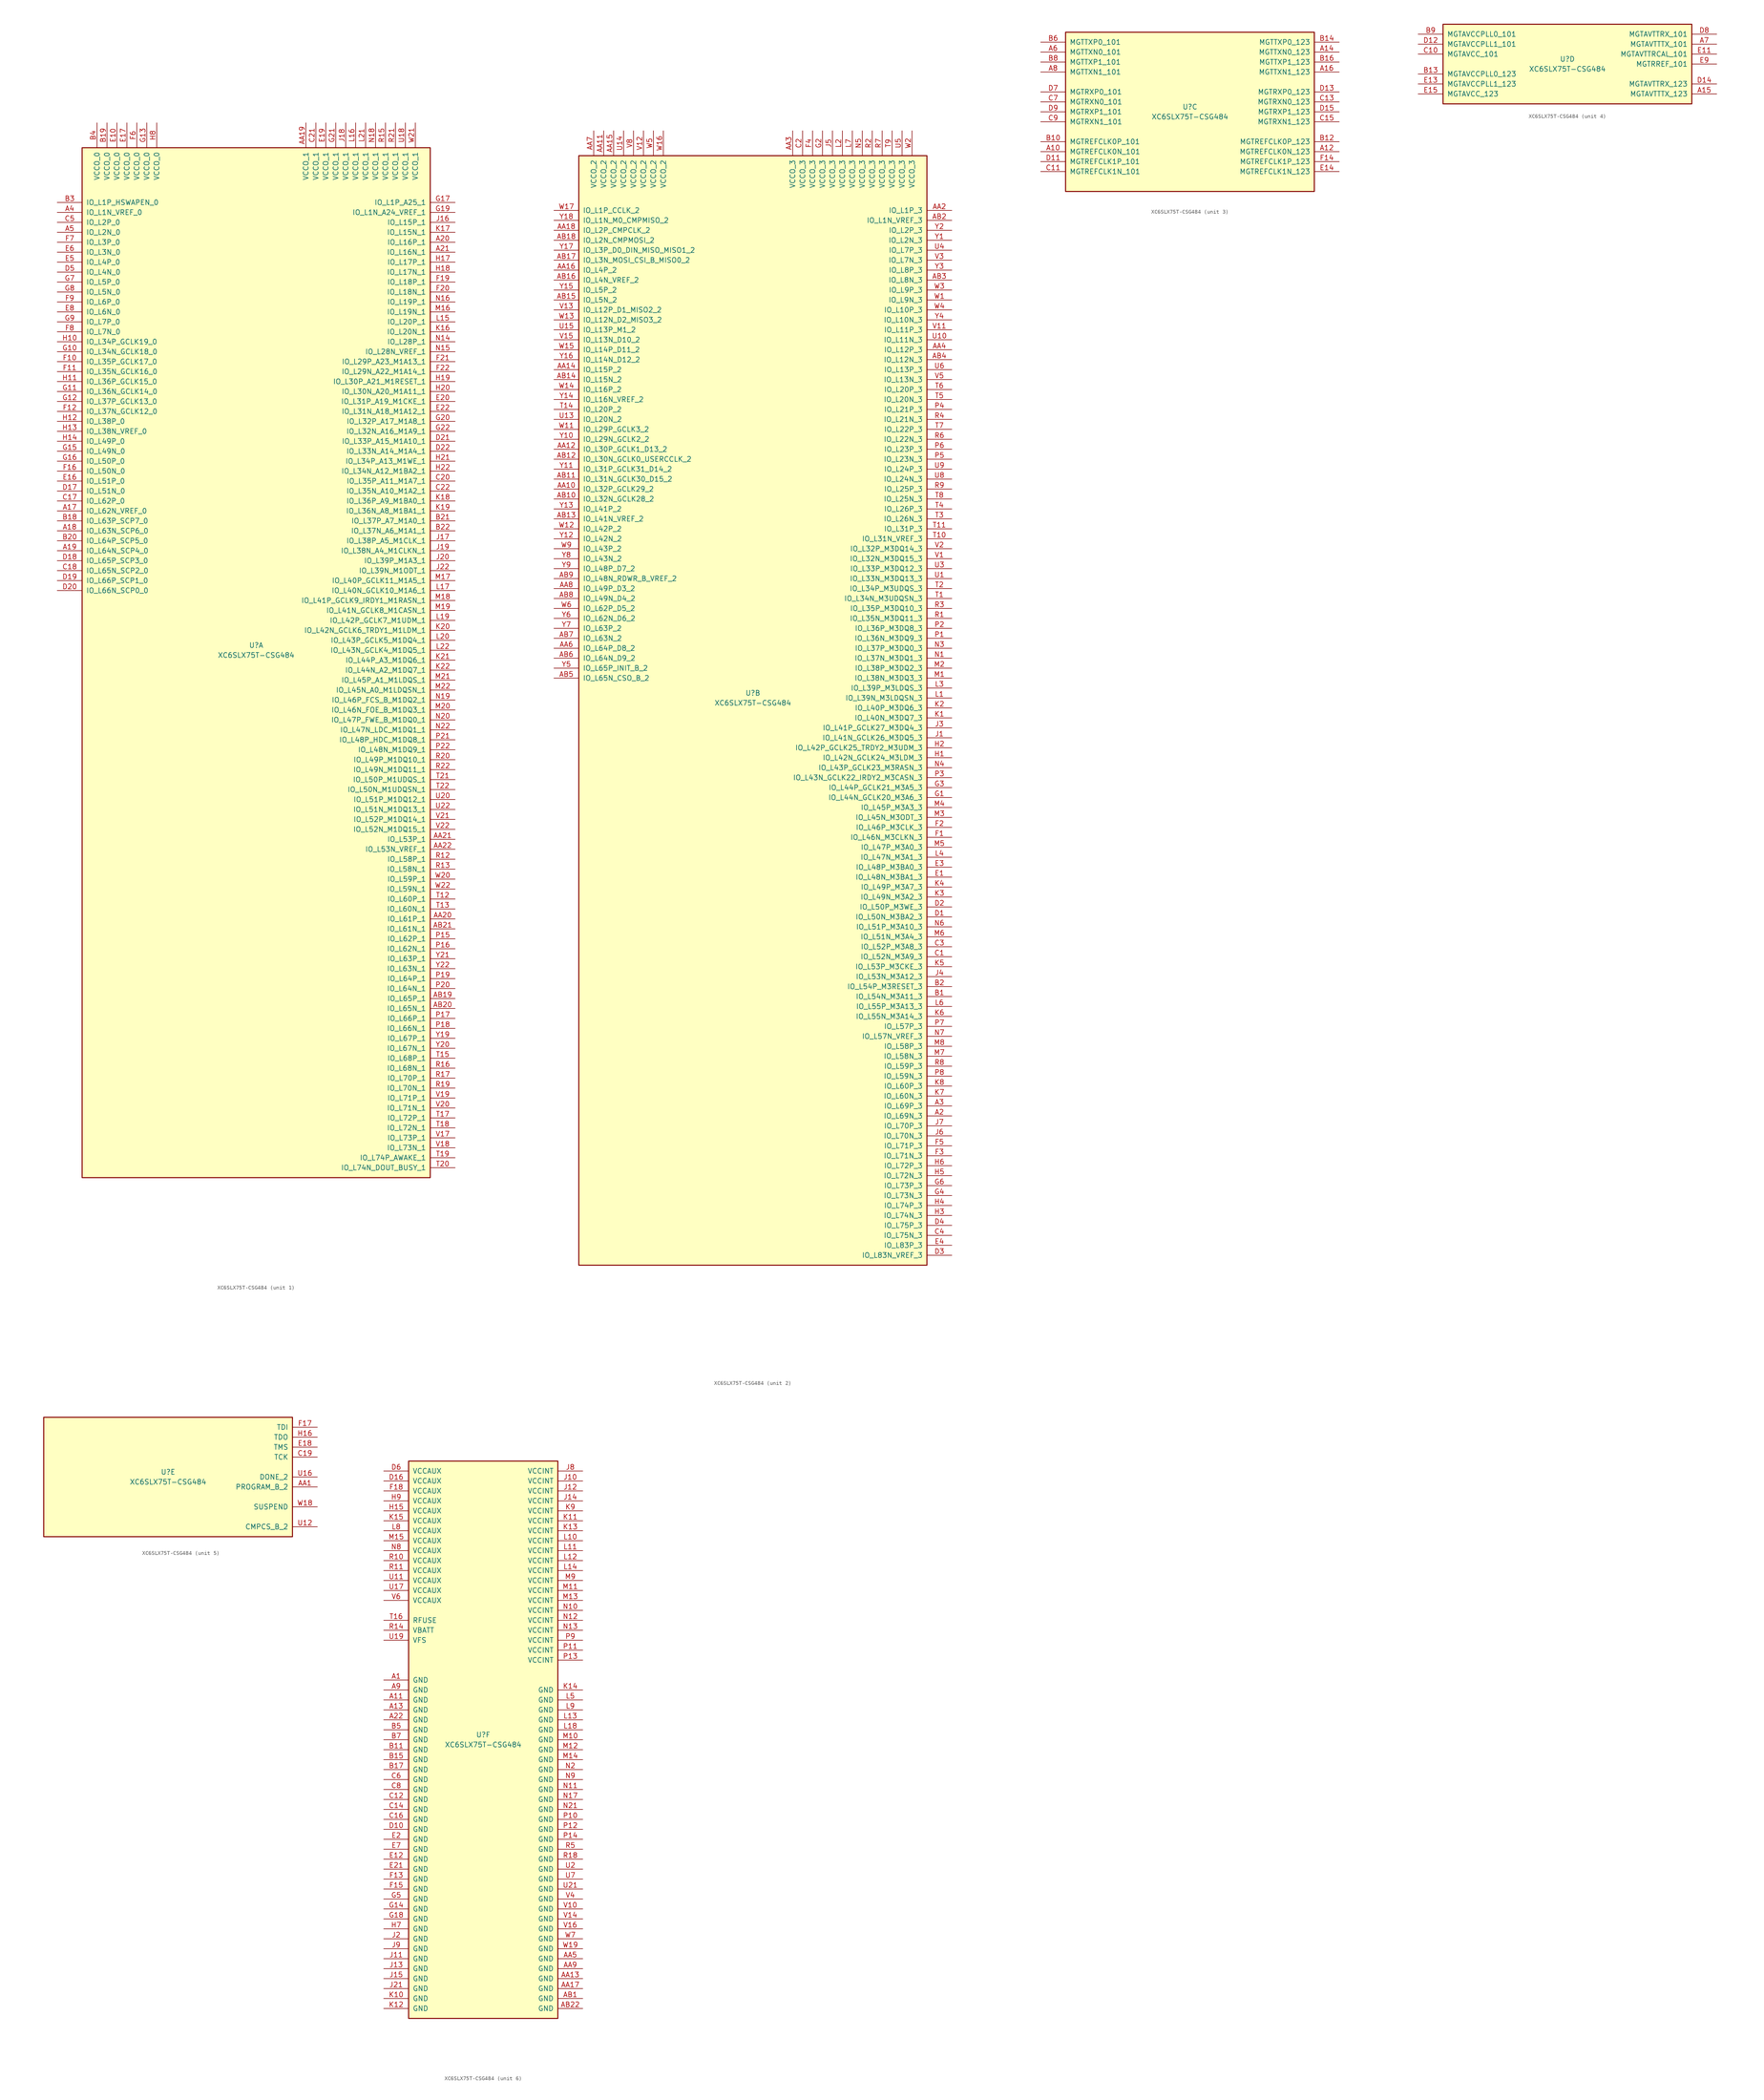
<source format=kicad_sym>
(kicad_symbol_lib
  (version 20211014)
  (generator kicad_symbol_editor)
  (symbol "XC6SLX75T-CSG484"
    (pin_names
      (offset 1.016))
    (property "Reference" "U"
      (at 0 1.27 0)
      (effects (font (size 1.27 1.27))))
    (property "Value" "XC6SLX75T-CSG484"
      (at 0 -1.27 0)
      (effects (font (size 1.27 1.27))))
    (property "Datasheet" ""
      (at 0 0 0)
      (effects (font (size 1.27 1.27))))
    (property "ki_locked" ""
      (at 0 0 0)
      (effects (font (size 1.27 1.27))))
    (symbol "XC6SLX75T-CSG484_1_1"
      (rectangle (start -44.45 128.27) (end 44.45 -134.62) (stroke (width 0.254) (type default) (color 0 0 0 0)) (fill (type background)))
      (pin bidirectional line (at -50.8 35.56 0) (length 6.35) (name "IO_L62N_VREF_0" (effects (font (size 1.27 1.27)))) (number "A17" (effects (font (size 1.27 1.27)))))
      (pin bidirectional line (at -50.8 30.48 0) (length 6.35) (name "IO_L63N_SCP6_0" (effects (font (size 1.27 1.27)))) (number "A18" (effects (font (size 1.27 1.27)))))
      (pin bidirectional line (at -50.8 25.4 0) (length 6.35) (name "IO_L64N_SCP4_0" (effects (font (size 1.27 1.27)))) (number "A19" (effects (font (size 1.27 1.27)))))
      (pin bidirectional line (at 50.8 104.14 180) (length 6.35) (name "IO_L16P_1" (effects (font (size 1.27 1.27)))) (number "A20" (effects (font (size 1.27 1.27)))))
      (pin bidirectional line (at 50.8 101.6 180) (length 6.35) (name "IO_L16N_1" (effects (font (size 1.27 1.27)))) (number "A21" (effects (font (size 1.27 1.27)))))
      (pin bidirectional line (at -50.8 111.76 0) (length 6.35) (name "IO_L1N_VREF_0" (effects (font (size 1.27 1.27)))) (number "A4" (effects (font (size 1.27 1.27)))))
      (pin bidirectional line (at -50.8 106.68 0) (length 6.35) (name "IO_L2N_0" (effects (font (size 1.27 1.27)))) (number "A5" (effects (font (size 1.27 1.27)))))
      (pin power_in line (at 12.7 134.62 270) (length 6.35) (name "VCCO_1" (effects (font (size 1.27 1.27)))) (number "AA19" (effects (font (size 1.27 1.27)))))
      (pin bidirectional line (at 50.8 -68.58 180) (length 6.35) (name "IO_L61P_1" (effects (font (size 1.27 1.27)))) (number "AA20" (effects (font (size 1.27 1.27)))))
      (pin bidirectional line (at 50.8 -48.26 180) (length 6.35) (name "IO_L53P_1" (effects (font (size 1.27 1.27)))) (number "AA21" (effects (font (size 1.27 1.27)))))
      (pin bidirectional line (at 50.8 -50.8 180) (length 6.35) (name "IO_L53N_VREF_1" (effects (font (size 1.27 1.27)))) (number "AA22" (effects (font (size 1.27 1.27)))))
      (pin bidirectional line (at 50.8 -88.9 180) (length 6.35) (name "IO_L65P_1" (effects (font (size 1.27 1.27)))) (number "AB19" (effects (font (size 1.27 1.27)))))
      (pin bidirectional line (at 50.8 -91.44 180) (length 6.35) (name "IO_L65N_1" (effects (font (size 1.27 1.27)))) (number "AB20" (effects (font (size 1.27 1.27)))))
      (pin bidirectional line (at 50.8 -71.12 180) (length 6.35) (name "IO_L61N_1" (effects (font (size 1.27 1.27)))) (number "AB21" (effects (font (size 1.27 1.27)))))
      (pin bidirectional line (at -50.8 33.02 0) (length 6.35) (name "IO_L63P_SCP7_0" (effects (font (size 1.27 1.27)))) (number "B18" (effects (font (size 1.27 1.27)))))
      (pin power_in line (at -38.1 134.62 270) (length 6.35) (name "VCCO_0" (effects (font (size 1.27 1.27)))) (number "B19" (effects (font (size 1.27 1.27)))))
      (pin bidirectional line (at -50.8 27.94 0) (length 6.35) (name "IO_L64P_SCP5_0" (effects (font (size 1.27 1.27)))) (number "B20" (effects (font (size 1.27 1.27)))))
      (pin bidirectional line (at 50.8 33.02 180) (length 6.35) (name "IO_L37P_A7_M1A0_1" (effects (font (size 1.27 1.27)))) (number "B21" (effects (font (size 1.27 1.27)))))
      (pin bidirectional line (at 50.8 30.48 180) (length 6.35) (name "IO_L37N_A6_M1A1_1" (effects (font (size 1.27 1.27)))) (number "B22" (effects (font (size 1.27 1.27)))))
      (pin bidirectional line (at -50.8 114.3 0) (length 6.35) (name "IO_L1P_HSWAPEN_0" (effects (font (size 1.27 1.27)))) (number "B3" (effects (font (size 1.27 1.27)))))
      (pin power_in line (at -40.64 134.62 270) (length 6.35) (name "VCCO_0" (effects (font (size 1.27 1.27)))) (number "B4" (effects (font (size 1.27 1.27)))))
      (pin bidirectional line (at -50.8 38.1 0) (length 6.35) (name "IO_L62P_0" (effects (font (size 1.27 1.27)))) (number "C17" (effects (font (size 1.27 1.27)))))
      (pin bidirectional line (at -50.8 20.32 0) (length 6.35) (name "IO_L65N_SCP2_0" (effects (font (size 1.27 1.27)))) (number "C18" (effects (font (size 1.27 1.27)))))
      (pin bidirectional line (at 50.8 43.18 180) (length 6.35) (name "IO_L35P_A11_M1A7_1" (effects (font (size 1.27 1.27)))) (number "C20" (effects (font (size 1.27 1.27)))))
      (pin power_in line (at 15.24 134.62 270) (length 6.35) (name "VCCO_1" (effects (font (size 1.27 1.27)))) (number "C21" (effects (font (size 1.27 1.27)))))
      (pin bidirectional line (at 50.8 40.64 180) (length 6.35) (name "IO_L35N_A10_M1A2_1" (effects (font (size 1.27 1.27)))) (number "C22" (effects (font (size 1.27 1.27)))))
      (pin bidirectional line (at -50.8 109.22 0) (length 6.35) (name "IO_L2P_0" (effects (font (size 1.27 1.27)))) (number "C5" (effects (font (size 1.27 1.27)))))
      (pin bidirectional line (at -50.8 40.64 0) (length 6.35) (name "IO_L51N_0" (effects (font (size 1.27 1.27)))) (number "D17" (effects (font (size 1.27 1.27)))))
      (pin bidirectional line (at -50.8 22.86 0) (length 6.35) (name "IO_L65P_SCP3_0" (effects (font (size 1.27 1.27)))) (number "D18" (effects (font (size 1.27 1.27)))))
      (pin bidirectional line (at -50.8 17.78 0) (length 6.35) (name "IO_L66P_SCP1_0" (effects (font (size 1.27 1.27)))) (number "D19" (effects (font (size 1.27 1.27)))))
      (pin bidirectional line (at -50.8 15.24 0) (length 6.35) (name "IO_L66N_SCP0_0" (effects (font (size 1.27 1.27)))) (number "D20" (effects (font (size 1.27 1.27)))))
      (pin bidirectional line (at 50.8 53.34 180) (length 6.35) (name "IO_L33P_A15_M1A10_1" (effects (font (size 1.27 1.27)))) (number "D21" (effects (font (size 1.27 1.27)))))
      (pin bidirectional line (at 50.8 50.8 180) (length 6.35) (name "IO_L33N_A14_M1A4_1" (effects (font (size 1.27 1.27)))) (number "D22" (effects (font (size 1.27 1.27)))))
      (pin bidirectional line (at -50.8 96.52 0) (length 6.35) (name "IO_L4N_0" (effects (font (size 1.27 1.27)))) (number "D5" (effects (font (size 1.27 1.27)))))
      (pin power_in line (at -35.56 134.62 270) (length 6.35) (name "VCCO_0" (effects (font (size 1.27 1.27)))) (number "E10" (effects (font (size 1.27 1.27)))))
      (pin bidirectional line (at -50.8 43.18 0) (length 6.35) (name "IO_L51P_0" (effects (font (size 1.27 1.27)))) (number "E16" (effects (font (size 1.27 1.27)))))
      (pin power_in line (at -33.02 134.62 270) (length 6.35) (name "VCCO_0" (effects (font (size 1.27 1.27)))) (number "E17" (effects (font (size 1.27 1.27)))))
      (pin power_in line (at 17.78 134.62 270) (length 6.35) (name "VCCO_1" (effects (font (size 1.27 1.27)))) (number "E19" (effects (font (size 1.27 1.27)))))
      (pin bidirectional line (at 50.8 63.5 180) (length 6.35) (name "IO_L31P_A19_M1CKE_1" (effects (font (size 1.27 1.27)))) (number "E20" (effects (font (size 1.27 1.27)))))
      (pin bidirectional line (at 50.8 60.96 180) (length 6.35) (name "IO_L31N_A18_M1A12_1" (effects (font (size 1.27 1.27)))) (number "E22" (effects (font (size 1.27 1.27)))))
      (pin bidirectional line (at -50.8 99.06 0) (length 6.35) (name "IO_L4P_0" (effects (font (size 1.27 1.27)))) (number "E5" (effects (font (size 1.27 1.27)))))
      (pin bidirectional line (at -50.8 101.6 0) (length 6.35) (name "IO_L3N_0" (effects (font (size 1.27 1.27)))) (number "E6" (effects (font (size 1.27 1.27)))))
      (pin bidirectional line (at -50.8 86.36 0) (length 6.35) (name "IO_L6N_0" (effects (font (size 1.27 1.27)))) (number "E8" (effects (font (size 1.27 1.27)))))
      (pin bidirectional line (at -50.8 73.66 0) (length 6.35) (name "IO_L35P_GCLK17_0" (effects (font (size 1.27 1.27)))) (number "F10" (effects (font (size 1.27 1.27)))))
      (pin bidirectional line (at -50.8 71.12 0) (length 6.35) (name "IO_L35N_GCLK16_0" (effects (font (size 1.27 1.27)))) (number "F11" (effects (font (size 1.27 1.27)))))
      (pin bidirectional line (at -50.8 60.96 0) (length 6.35) (name "IO_L37N_GCLK12_0" (effects (font (size 1.27 1.27)))) (number "F12" (effects (font (size 1.27 1.27)))))
      (pin bidirectional line (at -50.8 45.72 0) (length 6.35) (name "IO_L50N_0" (effects (font (size 1.27 1.27)))) (number "F16" (effects (font (size 1.27 1.27)))))
      (pin bidirectional line (at 50.8 93.98 180) (length 6.35) (name "IO_L18P_1" (effects (font (size 1.27 1.27)))) (number "F19" (effects (font (size 1.27 1.27)))))
      (pin bidirectional line (at 50.8 91.44 180) (length 6.35) (name "IO_L18N_1" (effects (font (size 1.27 1.27)))) (number "F20" (effects (font (size 1.27 1.27)))))
      (pin bidirectional line (at 50.8 73.66 180) (length 6.35) (name "IO_L29P_A23_M1A13_1" (effects (font (size 1.27 1.27)))) (number "F21" (effects (font (size 1.27 1.27)))))
      (pin bidirectional line (at 50.8 71.12 180) (length 6.35) (name "IO_L29N_A22_M1A14_1" (effects (font (size 1.27 1.27)))) (number "F22" (effects (font (size 1.27 1.27)))))
      (pin power_in line (at -30.48 134.62 270) (length 6.35) (name "VCCO_0" (effects (font (size 1.27 1.27)))) (number "F6" (effects (font (size 1.27 1.27)))))
      (pin bidirectional line (at -50.8 104.14 0) (length 6.35) (name "IO_L3P_0" (effects (font (size 1.27 1.27)))) (number "F7" (effects (font (size 1.27 1.27)))))
      (pin bidirectional line (at -50.8 81.28 0) (length 6.35) (name "IO_L7N_0" (effects (font (size 1.27 1.27)))) (number "F8" (effects (font (size 1.27 1.27)))))
      (pin bidirectional line (at -50.8 88.9 0) (length 6.35) (name "IO_L6P_0" (effects (font (size 1.27 1.27)))) (number "F9" (effects (font (size 1.27 1.27)))))
      (pin bidirectional line (at -50.8 76.2 0) (length 6.35) (name "IO_L34N_GCLK18_0" (effects (font (size 1.27 1.27)))) (number "G10" (effects (font (size 1.27 1.27)))))
      (pin bidirectional line (at -50.8 66.04 0) (length 6.35) (name "IO_L36N_GCLK14_0" (effects (font (size 1.27 1.27)))) (number "G11" (effects (font (size 1.27 1.27)))))
      (pin bidirectional line (at -50.8 63.5 0) (length 6.35) (name "IO_L37P_GCLK13_0" (effects (font (size 1.27 1.27)))) (number "G12" (effects (font (size 1.27 1.27)))))
      (pin power_in line (at -27.94 134.62 270) (length 6.35) (name "VCCO_0" (effects (font (size 1.27 1.27)))) (number "G13" (effects (font (size 1.27 1.27)))))
      (pin bidirectional line (at -50.8 50.8 0) (length 6.35) (name "IO_L49N_0" (effects (font (size 1.27 1.27)))) (number "G15" (effects (font (size 1.27 1.27)))))
      (pin bidirectional line (at -50.8 48.26 0) (length 6.35) (name "IO_L50P_0" (effects (font (size 1.27 1.27)))) (number "G16" (effects (font (size 1.27 1.27)))))
      (pin bidirectional line (at 50.8 114.3 180) (length 6.35) (name "IO_L1P_A25_1" (effects (font (size 1.27 1.27)))) (number "G17" (effects (font (size 1.27 1.27)))))
      (pin bidirectional line (at 50.8 111.76 180) (length 6.35) (name "IO_L1N_A24_VREF_1" (effects (font (size 1.27 1.27)))) (number "G19" (effects (font (size 1.27 1.27)))))
      (pin bidirectional line (at 50.8 58.42 180) (length 6.35) (name "IO_L32P_A17_M1A8_1" (effects (font (size 1.27 1.27)))) (number "G20" (effects (font (size 1.27 1.27)))))
      (pin power_in line (at 20.32 134.62 270) (length 6.35) (name "VCCO_1" (effects (font (size 1.27 1.27)))) (number "G21" (effects (font (size 1.27 1.27)))))
      (pin bidirectional line (at 50.8 55.88 180) (length 6.35) (name "IO_L32N_A16_M1A9_1" (effects (font (size 1.27 1.27)))) (number "G22" (effects (font (size 1.27 1.27)))))
      (pin bidirectional line (at -50.8 93.98 0) (length 6.35) (name "IO_L5P_0" (effects (font (size 1.27 1.27)))) (number "G7" (effects (font (size 1.27 1.27)))))
      (pin bidirectional line (at -50.8 91.44 0) (length 6.35) (name "IO_L5N_0" (effects (font (size 1.27 1.27)))) (number "G8" (effects (font (size 1.27 1.27)))))
      (pin bidirectional line (at -50.8 83.82 0) (length 6.35) (name "IO_L7P_0" (effects (font (size 1.27 1.27)))) (number "G9" (effects (font (size 1.27 1.27)))))
      (pin bidirectional line (at -50.8 78.74 0) (length 6.35) (name "IO_L34P_GCLK19_0" (effects (font (size 1.27 1.27)))) (number "H10" (effects (font (size 1.27 1.27)))))
      (pin bidirectional line (at -50.8 68.58 0) (length 6.35) (name "IO_L36P_GCLK15_0" (effects (font (size 1.27 1.27)))) (number "H11" (effects (font (size 1.27 1.27)))))
      (pin bidirectional line (at -50.8 58.42 0) (length 6.35) (name "IO_L38P_0" (effects (font (size 1.27 1.27)))) (number "H12" (effects (font (size 1.27 1.27)))))
      (pin bidirectional line (at -50.8 55.88 0) (length 6.35) (name "IO_L38N_VREF_0" (effects (font (size 1.27 1.27)))) (number "H13" (effects (font (size 1.27 1.27)))))
      (pin bidirectional line (at -50.8 53.34 0) (length 6.35) (name "IO_L49P_0" (effects (font (size 1.27 1.27)))) (number "H14" (effects (font (size 1.27 1.27)))))
      (pin bidirectional line (at 50.8 99.06 180) (length 6.35) (name "IO_L17P_1" (effects (font (size 1.27 1.27)))) (number "H17" (effects (font (size 1.27 1.27)))))
      (pin bidirectional line (at 50.8 96.52 180) (length 6.35) (name "IO_L17N_1" (effects (font (size 1.27 1.27)))) (number "H18" (effects (font (size 1.27 1.27)))))
      (pin bidirectional line (at 50.8 68.58 180) (length 6.35) (name "IO_L30P_A21_M1RESET_1" (effects (font (size 1.27 1.27)))) (number "H19" (effects (font (size 1.27 1.27)))))
      (pin bidirectional line (at 50.8 66.04 180) (length 6.35) (name "IO_L30N_A20_M1A11_1" (effects (font (size 1.27 1.27)))) (number "H20" (effects (font (size 1.27 1.27)))))
      (pin bidirectional line (at 50.8 48.26 180) (length 6.35) (name "IO_L34P_A13_M1WE_1" (effects (font (size 1.27 1.27)))) (number "H21" (effects (font (size 1.27 1.27)))))
      (pin bidirectional line (at 50.8 45.72 180) (length 6.35) (name "IO_L34N_A12_M1BA2_1" (effects (font (size 1.27 1.27)))) (number "H22" (effects (font (size 1.27 1.27)))))
      (pin power_in line (at -25.4 134.62 270) (length 6.35) (name "VCCO_0" (effects (font (size 1.27 1.27)))) (number "H8" (effects (font (size 1.27 1.27)))))
      (pin bidirectional line (at 50.8 109.22 180) (length 6.35) (name "IO_L15P_1" (effects (font (size 1.27 1.27)))) (number "J16" (effects (font (size 1.27 1.27)))))
      (pin bidirectional line (at 50.8 27.94 180) (length 6.35) (name "IO_L38P_A5_M1CLK_1" (effects (font (size 1.27 1.27)))) (number "J17" (effects (font (size 1.27 1.27)))))
      (pin power_in line (at 22.86 134.62 270) (length 6.35) (name "VCCO_1" (effects (font (size 1.27 1.27)))) (number "J18" (effects (font (size 1.27 1.27)))))
      (pin bidirectional line (at 50.8 25.4 180) (length 6.35) (name "IO_L38N_A4_M1CLKN_1" (effects (font (size 1.27 1.27)))) (number "J19" (effects (font (size 1.27 1.27)))))
      (pin bidirectional line (at 50.8 22.86 180) (length 6.35) (name "IO_L39P_M1A3_1" (effects (font (size 1.27 1.27)))) (number "J20" (effects (font (size 1.27 1.27)))))
      (pin bidirectional line (at 50.8 20.32 180) (length 6.35) (name "IO_L39N_M1ODT_1" (effects (font (size 1.27 1.27)))) (number "J22" (effects (font (size 1.27 1.27)))))
      (pin bidirectional line (at 50.8 81.28 180) (length 6.35) (name "IO_L20N_1" (effects (font (size 1.27 1.27)))) (number "K16" (effects (font (size 1.27 1.27)))))
      (pin bidirectional line (at 50.8 106.68 180) (length 6.35) (name "IO_L15N_1" (effects (font (size 1.27 1.27)))) (number "K17" (effects (font (size 1.27 1.27)))))
      (pin bidirectional line (at 50.8 38.1 180) (length 6.35) (name "IO_L36P_A9_M1BA0_1" (effects (font (size 1.27 1.27)))) (number "K18" (effects (font (size 1.27 1.27)))))
      (pin bidirectional line (at 50.8 35.56 180) (length 6.35) (name "IO_L36N_A8_M1BA1_1" (effects (font (size 1.27 1.27)))) (number "K19" (effects (font (size 1.27 1.27)))))
      (pin bidirectional line (at 50.8 5.08 180) (length 6.35) (name "IO_L42N_GCLK6_TRDY1_M1LDM_1" (effects (font (size 1.27 1.27)))) (number "K20" (effects (font (size 1.27 1.27)))))
      (pin bidirectional line (at 50.8 -2.54 180) (length 6.35) (name "IO_L44P_A3_M1DQ6_1" (effects (font (size 1.27 1.27)))) (number "K21" (effects (font (size 1.27 1.27)))))
      (pin bidirectional line (at 50.8 -5.08 180) (length 6.35) (name "IO_L44N_A2_M1DQ7_1" (effects (font (size 1.27 1.27)))) (number "K22" (effects (font (size 1.27 1.27)))))
      (pin bidirectional line (at 50.8 83.82 180) (length 6.35) (name "IO_L20P_1" (effects (font (size 1.27 1.27)))) (number "L15" (effects (font (size 1.27 1.27)))))
      (pin power_in line (at 25.4 134.62 270) (length 6.35) (name "VCCO_1" (effects (font (size 1.27 1.27)))) (number "L16" (effects (font (size 1.27 1.27)))))
      (pin bidirectional line (at 50.8 15.24 180) (length 6.35) (name "IO_L40N_GCLK10_M1A6_1" (effects (font (size 1.27 1.27)))) (number "L17" (effects (font (size 1.27 1.27)))))
      (pin bidirectional line (at 50.8 7.62 180) (length 6.35) (name "IO_L42P_GCLK7_M1UDM_1" (effects (font (size 1.27 1.27)))) (number "L19" (effects (font (size 1.27 1.27)))))
      (pin bidirectional line (at 50.8 2.54 180) (length 6.35) (name "IO_L43P_GCLK5_M1DQ4_1" (effects (font (size 1.27 1.27)))) (number "L20" (effects (font (size 1.27 1.27)))))
      (pin power_in line (at 27.94 134.62 270) (length 6.35) (name "VCCO_1" (effects (font (size 1.27 1.27)))) (number "L21" (effects (font (size 1.27 1.27)))))
      (pin bidirectional line (at 50.8 0 180) (length 6.35) (name "IO_L43N_GCLK4_M1DQ5_1" (effects (font (size 1.27 1.27)))) (number "L22" (effects (font (size 1.27 1.27)))))
      (pin bidirectional line (at 50.8 86.36 180) (length 6.35) (name "IO_L19N_1" (effects (font (size 1.27 1.27)))) (number "M16" (effects (font (size 1.27 1.27)))))
      (pin bidirectional line (at 50.8 17.78 180) (length 6.35) (name "IO_L40P_GCLK11_M1A5_1" (effects (font (size 1.27 1.27)))) (number "M17" (effects (font (size 1.27 1.27)))))
      (pin bidirectional line (at 50.8 12.7 180) (length 6.35) (name "IO_L41P_GCLK9_IRDY1_M1RASN_1" (effects (font (size 1.27 1.27)))) (number "M18" (effects (font (size 1.27 1.27)))))
      (pin bidirectional line (at 50.8 10.16 180) (length 6.35) (name "IO_L41N_GCLK8_M1CASN_1" (effects (font (size 1.27 1.27)))) (number "M19" (effects (font (size 1.27 1.27)))))
      (pin bidirectional line (at 50.8 -15.24 180) (length 6.35) (name "IO_L46N_FOE_B_M1DQ3_1" (effects (font (size 1.27 1.27)))) (number "M20" (effects (font (size 1.27 1.27)))))
      (pin bidirectional line (at 50.8 -7.62 180) (length 6.35) (name "IO_L45P_A1_M1LDQS_1" (effects (font (size 1.27 1.27)))) (number "M21" (effects (font (size 1.27 1.27)))))
      (pin bidirectional line (at 50.8 -10.16 180) (length 6.35) (name "IO_L45N_A0_M1LDQSN_1" (effects (font (size 1.27 1.27)))) (number "M22" (effects (font (size 1.27 1.27)))))
      (pin bidirectional line (at 50.8 78.74 180) (length 6.35) (name "IO_L28P_1" (effects (font (size 1.27 1.27)))) (number "N14" (effects (font (size 1.27 1.27)))))
      (pin bidirectional line (at 50.8 76.2 180) (length 6.35) (name "IO_L28N_VREF_1" (effects (font (size 1.27 1.27)))) (number "N15" (effects (font (size 1.27 1.27)))))
      (pin bidirectional line (at 50.8 88.9 180) (length 6.35) (name "IO_L19P_1" (effects (font (size 1.27 1.27)))) (number "N16" (effects (font (size 1.27 1.27)))))
      (pin power_in line (at 30.48 134.62 270) (length 6.35) (name "VCCO_1" (effects (font (size 1.27 1.27)))) (number "N18" (effects (font (size 1.27 1.27)))))
      (pin bidirectional line (at 50.8 -12.7 180) (length 6.35) (name "IO_L46P_FCS_B_M1DQ2_1" (effects (font (size 1.27 1.27)))) (number "N19" (effects (font (size 1.27 1.27)))))
      (pin bidirectional line (at 50.8 -17.78 180) (length 6.35) (name "IO_L47P_FWE_B_M1DQ0_1" (effects (font (size 1.27 1.27)))) (number "N20" (effects (font (size 1.27 1.27)))))
      (pin bidirectional line (at 50.8 -20.32 180) (length 6.35) (name "IO_L47N_LDC_M1DQ1_1" (effects (font (size 1.27 1.27)))) (number "N22" (effects (font (size 1.27 1.27)))))
      (pin bidirectional line (at 50.8 -73.66 180) (length 6.35) (name "IO_L62P_1" (effects (font (size 1.27 1.27)))) (number "P15" (effects (font (size 1.27 1.27)))))
      (pin bidirectional line (at 50.8 -76.2 180) (length 6.35) (name "IO_L62N_1" (effects (font (size 1.27 1.27)))) (number "P16" (effects (font (size 1.27 1.27)))))
      (pin bidirectional line (at 50.8 -93.98 180) (length 6.35) (name "IO_L66P_1" (effects (font (size 1.27 1.27)))) (number "P17" (effects (font (size 1.27 1.27)))))
      (pin bidirectional line (at 50.8 -96.52 180) (length 6.35) (name "IO_L66N_1" (effects (font (size 1.27 1.27)))) (number "P18" (effects (font (size 1.27 1.27)))))
      (pin bidirectional line (at 50.8 -83.82 180) (length 6.35) (name "IO_L64P_1" (effects (font (size 1.27 1.27)))) (number "P19" (effects (font (size 1.27 1.27)))))
      (pin bidirectional line (at 50.8 -86.36 180) (length 6.35) (name "IO_L64N_1" (effects (font (size 1.27 1.27)))) (number "P20" (effects (font (size 1.27 1.27)))))
      (pin bidirectional line (at 50.8 -22.86 180) (length 6.35) (name "IO_L48P_HDC_M1DQ8_1" (effects (font (size 1.27 1.27)))) (number "P21" (effects (font (size 1.27 1.27)))))
      (pin bidirectional line (at 50.8 -25.4 180) (length 6.35) (name "IO_L48N_M1DQ9_1" (effects (font (size 1.27 1.27)))) (number "P22" (effects (font (size 1.27 1.27)))))
      (pin bidirectional line (at 50.8 -53.34 180) (length 6.35) (name "IO_L58P_1" (effects (font (size 1.27 1.27)))) (number "R12" (effects (font (size 1.27 1.27)))))
      (pin bidirectional line (at 50.8 -55.88 180) (length 6.35) (name "IO_L58N_1" (effects (font (size 1.27 1.27)))) (number "R13" (effects (font (size 1.27 1.27)))))
      (pin power_in line (at 33.02 134.62 270) (length 6.35) (name "VCCO_1" (effects (font (size 1.27 1.27)))) (number "R15" (effects (font (size 1.27 1.27)))))
      (pin bidirectional line (at 50.8 -106.68 180) (length 6.35) (name "IO_L68N_1" (effects (font (size 1.27 1.27)))) (number "R16" (effects (font (size 1.27 1.27)))))
      (pin bidirectional line (at 50.8 -109.22 180) (length 6.35) (name "IO_L70P_1" (effects (font (size 1.27 1.27)))) (number "R17" (effects (font (size 1.27 1.27)))))
      (pin bidirectional line (at 50.8 -111.76 180) (length 6.35) (name "IO_L70N_1" (effects (font (size 1.27 1.27)))) (number "R19" (effects (font (size 1.27 1.27)))))
      (pin bidirectional line (at 50.8 -27.94 180) (length 6.35) (name "IO_L49P_M1DQ10_1" (effects (font (size 1.27 1.27)))) (number "R20" (effects (font (size 1.27 1.27)))))
      (pin power_in line (at 35.56 134.62 270) (length 6.35) (name "VCCO_1" (effects (font (size 1.27 1.27)))) (number "R21" (effects (font (size 1.27 1.27)))))
      (pin bidirectional line (at 50.8 -30.48 180) (length 6.35) (name "IO_L49N_M1DQ11_1" (effects (font (size 1.27 1.27)))) (number "R22" (effects (font (size 1.27 1.27)))))
      (pin bidirectional line (at 50.8 -63.5 180) (length 6.35) (name "IO_L60P_1" (effects (font (size 1.27 1.27)))) (number "T12" (effects (font (size 1.27 1.27)))))
      (pin bidirectional line (at 50.8 -66.04 180) (length 6.35) (name "IO_L60N_1" (effects (font (size 1.27 1.27)))) (number "T13" (effects (font (size 1.27 1.27)))))
      (pin bidirectional line (at 50.8 -104.14 180) (length 6.35) (name "IO_L68P_1" (effects (font (size 1.27 1.27)))) (number "T15" (effects (font (size 1.27 1.27)))))
      (pin bidirectional line (at 50.8 -119.38 180) (length 6.35) (name "IO_L72P_1" (effects (font (size 1.27 1.27)))) (number "T17" (effects (font (size 1.27 1.27)))))
      (pin bidirectional line (at 50.8 -121.92 180) (length 6.35) (name "IO_L72N_1" (effects (font (size 1.27 1.27)))) (number "T18" (effects (font (size 1.27 1.27)))))
      (pin bidirectional line (at 50.8 -129.54 180) (length 6.35) (name "IO_L74P_AWAKE_1" (effects (font (size 1.27 1.27)))) (number "T19" (effects (font (size 1.27 1.27)))))
      (pin bidirectional line (at 50.8 -132.08 180) (length 6.35) (name "IO_L74N_DOUT_BUSY_1" (effects (font (size 1.27 1.27)))) (number "T20" (effects (font (size 1.27 1.27)))))
      (pin bidirectional line (at 50.8 -33.02 180) (length 6.35) (name "IO_L50P_M1UDQS_1" (effects (font (size 1.27 1.27)))) (number "T21" (effects (font (size 1.27 1.27)))))
      (pin bidirectional line (at 50.8 -35.56 180) (length 6.35) (name "IO_L50N_M1UDQSN_1" (effects (font (size 1.27 1.27)))) (number "T22" (effects (font (size 1.27 1.27)))))
      (pin power_in line (at 38.1 134.62 270) (length 6.35) (name "VCCO_1" (effects (font (size 1.27 1.27)))) (number "U18" (effects (font (size 1.27 1.27)))))
      (pin bidirectional line (at 50.8 -38.1 180) (length 6.35) (name "IO_L51P_M1DQ12_1" (effects (font (size 1.27 1.27)))) (number "U20" (effects (font (size 1.27 1.27)))))
      (pin bidirectional line (at 50.8 -40.64 180) (length 6.35) (name "IO_L51N_M1DQ13_1" (effects (font (size 1.27 1.27)))) (number "U22" (effects (font (size 1.27 1.27)))))
      (pin bidirectional line (at 50.8 -124.46 180) (length 6.35) (name "IO_L73P_1" (effects (font (size 1.27 1.27)))) (number "V17" (effects (font (size 1.27 1.27)))))
      (pin bidirectional line (at 50.8 -127 180) (length 6.35) (name "IO_L73N_1" (effects (font (size 1.27 1.27)))) (number "V18" (effects (font (size 1.27 1.27)))))
      (pin bidirectional line (at 50.8 -114.3 180) (length 6.35) (name "IO_L71P_1" (effects (font (size 1.27 1.27)))) (number "V19" (effects (font (size 1.27 1.27)))))
      (pin bidirectional line (at 50.8 -116.84 180) (length 6.35) (name "IO_L71N_1" (effects (font (size 1.27 1.27)))) (number "V20" (effects (font (size 1.27 1.27)))))
      (pin bidirectional line (at 50.8 -43.18 180) (length 6.35) (name "IO_L52P_M1DQ14_1" (effects (font (size 1.27 1.27)))) (number "V21" (effects (font (size 1.27 1.27)))))
      (pin bidirectional line (at 50.8 -45.72 180) (length 6.35) (name "IO_L52N_M1DQ15_1" (effects (font (size 1.27 1.27)))) (number "V22" (effects (font (size 1.27 1.27)))))
      (pin bidirectional line (at 50.8 -58.42 180) (length 6.35) (name "IO_L59P_1" (effects (font (size 1.27 1.27)))) (number "W20" (effects (font (size 1.27 1.27)))))
      (pin power_in line (at 40.64 134.62 270) (length 6.35) (name "VCCO_1" (effects (font (size 1.27 1.27)))) (number "W21" (effects (font (size 1.27 1.27)))))
      (pin bidirectional line (at 50.8 -60.96 180) (length 6.35) (name "IO_L59N_1" (effects (font (size 1.27 1.27)))) (number "W22" (effects (font (size 1.27 1.27)))))
      (pin bidirectional line (at 50.8 -99.06 180) (length 6.35) (name "IO_L67P_1" (effects (font (size 1.27 1.27)))) (number "Y19" (effects (font (size 1.27 1.27)))))
      (pin bidirectional line (at 50.8 -101.6 180) (length 6.35) (name "IO_L67N_1" (effects (font (size 1.27 1.27)))) (number "Y20" (effects (font (size 1.27 1.27)))))
      (pin bidirectional line (at 50.8 -78.74 180) (length 6.35) (name "IO_L63P_1" (effects (font (size 1.27 1.27)))) (number "Y21" (effects (font (size 1.27 1.27)))))
      (pin bidirectional line (at 50.8 -81.28 180) (length 6.35) (name "IO_L63N_1" (effects (font (size 1.27 1.27)))) (number "Y22" (effects (font (size 1.27 1.27))))))
    (symbol "XC6SLX75T-CSG484_2_1"
      (rectangle (start -44.45 138.43) (end 44.45 -144.78) (stroke (width 0.254) (type default) (color 0 0 0 0)) (fill (type background)))
      (pin bidirectional line (at 50.8 -106.68 180) (length 6.35) (name "IO_L69N_3" (effects (font (size 1.27 1.27)))) (number "A2" (effects (font (size 1.27 1.27)))))
      (pin bidirectional line (at 50.8 -104.14 180) (length 6.35) (name "IO_L69P_3" (effects (font (size 1.27 1.27)))) (number "A3" (effects (font (size 1.27 1.27)))))
      (pin bidirectional line (at -50.8 53.34 0) (length 6.35) (name "IO_L32P_GCLK29_2" (effects (font (size 1.27 1.27)))) (number "AA10" (effects (font (size 1.27 1.27)))))
      (pin power_in line (at -38.1 144.78 270) (length 6.35) (name "VCCO_2" (effects (font (size 1.27 1.27)))) (number "AA11" (effects (font (size 1.27 1.27)))))
      (pin bidirectional line (at -50.8 63.5 0) (length 6.35) (name "IO_L30P_GCLK1_D13_2" (effects (font (size 1.27 1.27)))) (number "AA12" (effects (font (size 1.27 1.27)))))
      (pin bidirectional line (at -50.8 83.82 0) (length 6.35) (name "IO_L15P_2" (effects (font (size 1.27 1.27)))) (number "AA14" (effects (font (size 1.27 1.27)))))
      (pin power_in line (at -35.56 144.78 270) (length 6.35) (name "VCCO_2" (effects (font (size 1.27 1.27)))) (number "AA15" (effects (font (size 1.27 1.27)))))
      (pin bidirectional line (at -50.8 109.22 0) (length 6.35) (name "IO_L4P_2" (effects (font (size 1.27 1.27)))) (number "AA16" (effects (font (size 1.27 1.27)))))
      (pin bidirectional line (at -50.8 119.38 0) (length 6.35) (name "IO_L2P_CMPCLK_2" (effects (font (size 1.27 1.27)))) (number "AA18" (effects (font (size 1.27 1.27)))))
      (pin bidirectional line (at 50.8 124.46 180) (length 6.35) (name "IO_L1P_3" (effects (font (size 1.27 1.27)))) (number "AA2" (effects (font (size 1.27 1.27)))))
      (pin power_in line (at 10.16 144.78 270) (length 6.35) (name "VCCO_3" (effects (font (size 1.27 1.27)))) (number "AA3" (effects (font (size 1.27 1.27)))))
      (pin bidirectional line (at 50.8 88.9 180) (length 6.35) (name "IO_L12P_3" (effects (font (size 1.27 1.27)))) (number "AA4" (effects (font (size 1.27 1.27)))))
      (pin bidirectional line (at -50.8 12.7 0) (length 6.35) (name "IO_L64P_D8_2" (effects (font (size 1.27 1.27)))) (number "AA6" (effects (font (size 1.27 1.27)))))
      (pin power_in line (at -40.64 144.78 270) (length 6.35) (name "VCCO_2" (effects (font (size 1.27 1.27)))) (number "AA7" (effects (font (size 1.27 1.27)))))
      (pin bidirectional line (at -50.8 27.94 0) (length 6.35) (name "IO_L49P_D3_2" (effects (font (size 1.27 1.27)))) (number "AA8" (effects (font (size 1.27 1.27)))))
      (pin bidirectional line (at -50.8 50.8 0) (length 6.35) (name "IO_L32N_GCLK28_2" (effects (font (size 1.27 1.27)))) (number "AB10" (effects (font (size 1.27 1.27)))))
      (pin bidirectional line (at -50.8 55.88 0) (length 6.35) (name "IO_L31N_GCLK30_D15_2" (effects (font (size 1.27 1.27)))) (number "AB11" (effects (font (size 1.27 1.27)))))
      (pin bidirectional line (at -50.8 60.96 0) (length 6.35) (name "IO_L30N_GCLK0_USERCCLK_2" (effects (font (size 1.27 1.27)))) (number "AB12" (effects (font (size 1.27 1.27)))))
      (pin bidirectional line (at -50.8 45.72 0) (length 6.35) (name "IO_L41N_VREF_2" (effects (font (size 1.27 1.27)))) (number "AB13" (effects (font (size 1.27 1.27)))))
      (pin bidirectional line (at -50.8 81.28 0) (length 6.35) (name "IO_L15N_2" (effects (font (size 1.27 1.27)))) (number "AB14" (effects (font (size 1.27 1.27)))))
      (pin bidirectional line (at -50.8 101.6 0) (length 6.35) (name "IO_L5N_2" (effects (font (size 1.27 1.27)))) (number "AB15" (effects (font (size 1.27 1.27)))))
      (pin bidirectional line (at -50.8 106.68 0) (length 6.35) (name "IO_L4N_VREF_2" (effects (font (size 1.27 1.27)))) (number "AB16" (effects (font (size 1.27 1.27)))))
      (pin bidirectional line (at -50.8 111.76 0) (length 6.35) (name "IO_L3N_MOSI_CSI_B_MISO0_2" (effects (font (size 1.27 1.27)))) (number "AB17" (effects (font (size 1.27 1.27)))))
      (pin bidirectional line (at -50.8 116.84 0) (length 6.35) (name "IO_L2N_CMPMOSI_2" (effects (font (size 1.27 1.27)))) (number "AB18" (effects (font (size 1.27 1.27)))))
      (pin bidirectional line (at 50.8 121.92 180) (length 6.35) (name "IO_L1N_VREF_3" (effects (font (size 1.27 1.27)))) (number "AB2" (effects (font (size 1.27 1.27)))))
      (pin bidirectional line (at 50.8 106.68 180) (length 6.35) (name "IO_L8N_3" (effects (font (size 1.27 1.27)))) (number "AB3" (effects (font (size 1.27 1.27)))))
      (pin bidirectional line (at 50.8 86.36 180) (length 6.35) (name "IO_L12N_3" (effects (font (size 1.27 1.27)))) (number "AB4" (effects (font (size 1.27 1.27)))))
      (pin bidirectional line (at -50.8 5.08 0) (length 6.35) (name "IO_L65N_CSO_B_2" (effects (font (size 1.27 1.27)))) (number "AB5" (effects (font (size 1.27 1.27)))))
      (pin bidirectional line (at -50.8 10.16 0) (length 6.35) (name "IO_L64N_D9_2" (effects (font (size 1.27 1.27)))) (number "AB6" (effects (font (size 1.27 1.27)))))
      (pin bidirectional line (at -50.8 15.24 0) (length 6.35) (name "IO_L63N_2" (effects (font (size 1.27 1.27)))) (number "AB7" (effects (font (size 1.27 1.27)))))
      (pin bidirectional line (at -50.8 25.4 0) (length 6.35) (name "IO_L49N_D4_2" (effects (font (size 1.27 1.27)))) (number "AB8" (effects (font (size 1.27 1.27)))))
      (pin bidirectional line (at -50.8 30.48 0) (length 6.35) (name "IO_L48N_RDWR_B_VREF_2" (effects (font (size 1.27 1.27)))) (number "AB9" (effects (font (size 1.27 1.27)))))
      (pin bidirectional line (at 50.8 -76.2 180) (length 6.35) (name "IO_L54N_M3A11_3" (effects (font (size 1.27 1.27)))) (number "B1" (effects (font (size 1.27 1.27)))))
      (pin bidirectional line (at 50.8 -73.66 180) (length 6.35) (name "IO_L54P_M3RESET_3" (effects (font (size 1.27 1.27)))) (number "B2" (effects (font (size 1.27 1.27)))))
      (pin bidirectional line (at 50.8 -66.04 180) (length 6.35) (name "IO_L52N_M3A9_3" (effects (font (size 1.27 1.27)))) (number "C1" (effects (font (size 1.27 1.27)))))
      (pin power_in line (at 12.7 144.78 270) (length 6.35) (name "VCCO_3" (effects (font (size 1.27 1.27)))) (number "C2" (effects (font (size 1.27 1.27)))))
      (pin bidirectional line (at 50.8 -63.5 180) (length 6.35) (name "IO_L52P_M3A8_3" (effects (font (size 1.27 1.27)))) (number "C3" (effects (font (size 1.27 1.27)))))
      (pin bidirectional line (at 50.8 -137.16 180) (length 6.35) (name "IO_L75N_3" (effects (font (size 1.27 1.27)))) (number "C4" (effects (font (size 1.27 1.27)))))
      (pin bidirectional line (at 50.8 -55.88 180) (length 6.35) (name "IO_L50N_M3BA2_3" (effects (font (size 1.27 1.27)))) (number "D1" (effects (font (size 1.27 1.27)))))
      (pin bidirectional line (at 50.8 -53.34 180) (length 6.35) (name "IO_L50P_M3WE_3" (effects (font (size 1.27 1.27)))) (number "D2" (effects (font (size 1.27 1.27)))))
      (pin bidirectional line (at 50.8 -142.24 180) (length 6.35) (name "IO_L83N_VREF_3" (effects (font (size 1.27 1.27)))) (number "D3" (effects (font (size 1.27 1.27)))))
      (pin bidirectional line (at 50.8 -134.62 180) (length 6.35) (name "IO_L75P_3" (effects (font (size 1.27 1.27)))) (number "D4" (effects (font (size 1.27 1.27)))))
      (pin bidirectional line (at 50.8 -45.72 180) (length 6.35) (name "IO_L48N_M3BA1_3" (effects (font (size 1.27 1.27)))) (number "E1" (effects (font (size 1.27 1.27)))))
      (pin bidirectional line (at 50.8 -43.18 180) (length 6.35) (name "IO_L48P_M3BA0_3" (effects (font (size 1.27 1.27)))) (number "E3" (effects (font (size 1.27 1.27)))))
      (pin bidirectional line (at 50.8 -139.7 180) (length 6.35) (name "IO_L83P_3" (effects (font (size 1.27 1.27)))) (number "E4" (effects (font (size 1.27 1.27)))))
      (pin bidirectional line (at 50.8 -35.56 180) (length 6.35) (name "IO_L46N_M3CLKN_3" (effects (font (size 1.27 1.27)))) (number "F1" (effects (font (size 1.27 1.27)))))
      (pin bidirectional line (at 50.8 -33.02 180) (length 6.35) (name "IO_L46P_M3CLK_3" (effects (font (size 1.27 1.27)))) (number "F2" (effects (font (size 1.27 1.27)))))
      (pin bidirectional line (at 50.8 -116.84 180) (length 6.35) (name "IO_L71N_3" (effects (font (size 1.27 1.27)))) (number "F3" (effects (font (size 1.27 1.27)))))
      (pin power_in line (at 15.24 144.78 270) (length 6.35) (name "VCCO_3" (effects (font (size 1.27 1.27)))) (number "F4" (effects (font (size 1.27 1.27)))))
      (pin bidirectional line (at 50.8 -114.3 180) (length 6.35) (name "IO_L71P_3" (effects (font (size 1.27 1.27)))) (number "F5" (effects (font (size 1.27 1.27)))))
      (pin bidirectional line (at 50.8 -25.4 180) (length 6.35) (name "IO_L44N_GCLK20_M3A6_3" (effects (font (size 1.27 1.27)))) (number "G1" (effects (font (size 1.27 1.27)))))
      (pin power_in line (at 17.78 144.78 270) (length 6.35) (name "VCCO_3" (effects (font (size 1.27 1.27)))) (number "G2" (effects (font (size 1.27 1.27)))))
      (pin bidirectional line (at 50.8 -22.86 180) (length 6.35) (name "IO_L44P_GCLK21_M3A5_3" (effects (font (size 1.27 1.27)))) (number "G3" (effects (font (size 1.27 1.27)))))
      (pin bidirectional line (at 50.8 -127 180) (length 6.35) (name "IO_L73N_3" (effects (font (size 1.27 1.27)))) (number "G4" (effects (font (size 1.27 1.27)))))
      (pin bidirectional line (at 50.8 -124.46 180) (length 6.35) (name "IO_L73P_3" (effects (font (size 1.27 1.27)))) (number "G6" (effects (font (size 1.27 1.27)))))
      (pin bidirectional line (at 50.8 -15.24 180) (length 6.35) (name "IO_L42N_GCLK24_M3LDM_3" (effects (font (size 1.27 1.27)))) (number "H1" (effects (font (size 1.27 1.27)))))
      (pin bidirectional line (at 50.8 -12.7 180) (length 6.35) (name "IO_L42P_GCLK25_TRDY2_M3UDM_3" (effects (font (size 1.27 1.27)))) (number "H2" (effects (font (size 1.27 1.27)))))
      (pin bidirectional line (at 50.8 -132.08 180) (length 6.35) (name "IO_L74N_3" (effects (font (size 1.27 1.27)))) (number "H3" (effects (font (size 1.27 1.27)))))
      (pin bidirectional line (at 50.8 -129.54 180) (length 6.35) (name "IO_L74P_3" (effects (font (size 1.27 1.27)))) (number "H4" (effects (font (size 1.27 1.27)))))
      (pin bidirectional line (at 50.8 -121.92 180) (length 6.35) (name "IO_L72N_3" (effects (font (size 1.27 1.27)))) (number "H5" (effects (font (size 1.27 1.27)))))
      (pin bidirectional line (at 50.8 -119.38 180) (length 6.35) (name "IO_L72P_3" (effects (font (size 1.27 1.27)))) (number "H6" (effects (font (size 1.27 1.27)))))
      (pin bidirectional line (at 50.8 -10.16 180) (length 6.35) (name "IO_L41N_GCLK26_M3DQ5_3" (effects (font (size 1.27 1.27)))) (number "J1" (effects (font (size 1.27 1.27)))))
      (pin bidirectional line (at 50.8 -7.62 180) (length 6.35) (name "IO_L41P_GCLK27_M3DQ4_3" (effects (font (size 1.27 1.27)))) (number "J3" (effects (font (size 1.27 1.27)))))
      (pin bidirectional line (at 50.8 -71.12 180) (length 6.35) (name "IO_L53N_M3A12_3" (effects (font (size 1.27 1.27)))) (number "J4" (effects (font (size 1.27 1.27)))))
      (pin power_in line (at 20.32 144.78 270) (length 6.35) (name "VCCO_3" (effects (font (size 1.27 1.27)))) (number "J5" (effects (font (size 1.27 1.27)))))
      (pin bidirectional line (at 50.8 -111.76 180) (length 6.35) (name "IO_L70N_3" (effects (font (size 1.27 1.27)))) (number "J6" (effects (font (size 1.27 1.27)))))
      (pin bidirectional line (at 50.8 -109.22 180) (length 6.35) (name "IO_L70P_3" (effects (font (size 1.27 1.27)))) (number "J7" (effects (font (size 1.27 1.27)))))
      (pin bidirectional line (at 50.8 -5.08 180) (length 6.35) (name "IO_L40N_M3DQ7_3" (effects (font (size 1.27 1.27)))) (number "K1" (effects (font (size 1.27 1.27)))))
      (pin bidirectional line (at 50.8 -2.54 180) (length 6.35) (name "IO_L40P_M3DQ6_3" (effects (font (size 1.27 1.27)))) (number "K2" (effects (font (size 1.27 1.27)))))
      (pin bidirectional line (at 50.8 -50.8 180) (length 6.35) (name "IO_L49N_M3A2_3" (effects (font (size 1.27 1.27)))) (number "K3" (effects (font (size 1.27 1.27)))))
      (pin bidirectional line (at 50.8 -48.26 180) (length 6.35) (name "IO_L49P_M3A7_3" (effects (font (size 1.27 1.27)))) (number "K4" (effects (font (size 1.27 1.27)))))
      (pin bidirectional line (at 50.8 -68.58 180) (length 6.35) (name "IO_L53P_M3CKE_3" (effects (font (size 1.27 1.27)))) (number "K5" (effects (font (size 1.27 1.27)))))
      (pin bidirectional line (at 50.8 -81.28 180) (length 6.35) (name "IO_L55N_M3A14_3" (effects (font (size 1.27 1.27)))) (number "K6" (effects (font (size 1.27 1.27)))))
      (pin bidirectional line (at 50.8 -101.6 180) (length 6.35) (name "IO_L60N_3" (effects (font (size 1.27 1.27)))) (number "K7" (effects (font (size 1.27 1.27)))))
      (pin bidirectional line (at 50.8 -99.06 180) (length 6.35) (name "IO_L60P_3" (effects (font (size 1.27 1.27)))) (number "K8" (effects (font (size 1.27 1.27)))))
      (pin bidirectional line (at 50.8 0 180) (length 6.35) (name "IO_L39N_M3LDQSN_3" (effects (font (size 1.27 1.27)))) (number "L1" (effects (font (size 1.27 1.27)))))
      (pin power_in line (at 22.86 144.78 270) (length 6.35) (name "VCCO_3" (effects (font (size 1.27 1.27)))) (number "L2" (effects (font (size 1.27 1.27)))))
      (pin bidirectional line (at 50.8 2.54 180) (length 6.35) (name "IO_L39P_M3LDQS_3" (effects (font (size 1.27 1.27)))) (number "L3" (effects (font (size 1.27 1.27)))))
      (pin bidirectional line (at 50.8 -40.64 180) (length 6.35) (name "IO_L47N_M3A1_3" (effects (font (size 1.27 1.27)))) (number "L4" (effects (font (size 1.27 1.27)))))
      (pin bidirectional line (at 50.8 -78.74 180) (length 6.35) (name "IO_L55P_M3A13_3" (effects (font (size 1.27 1.27)))) (number "L6" (effects (font (size 1.27 1.27)))))
      (pin power_in line (at 25.4 144.78 270) (length 6.35) (name "VCCO_3" (effects (font (size 1.27 1.27)))) (number "L7" (effects (font (size 1.27 1.27)))))
      (pin bidirectional line (at 50.8 5.08 180) (length 6.35) (name "IO_L38N_M3DQ3_3" (effects (font (size 1.27 1.27)))) (number "M1" (effects (font (size 1.27 1.27)))))
      (pin bidirectional line (at 50.8 7.62 180) (length 6.35) (name "IO_L38P_M3DQ2_3" (effects (font (size 1.27 1.27)))) (number "M2" (effects (font (size 1.27 1.27)))))
      (pin bidirectional line (at 50.8 -30.48 180) (length 6.35) (name "IO_L45N_M3ODT_3" (effects (font (size 1.27 1.27)))) (number "M3" (effects (font (size 1.27 1.27)))))
      (pin bidirectional line (at 50.8 -27.94 180) (length 6.35) (name "IO_L45P_M3A3_3" (effects (font (size 1.27 1.27)))) (number "M4" (effects (font (size 1.27 1.27)))))
      (pin bidirectional line (at 50.8 -38.1 180) (length 6.35) (name "IO_L47P_M3A0_3" (effects (font (size 1.27 1.27)))) (number "M5" (effects (font (size 1.27 1.27)))))
      (pin bidirectional line (at 50.8 -60.96 180) (length 6.35) (name "IO_L51N_M3A4_3" (effects (font (size 1.27 1.27)))) (number "M6" (effects (font (size 1.27 1.27)))))
      (pin bidirectional line (at 50.8 -91.44 180) (length 6.35) (name "IO_L58N_3" (effects (font (size 1.27 1.27)))) (number "M7" (effects (font (size 1.27 1.27)))))
      (pin bidirectional line (at 50.8 -88.9 180) (length 6.35) (name "IO_L58P_3" (effects (font (size 1.27 1.27)))) (number "M8" (effects (font (size 1.27 1.27)))))
      (pin bidirectional line (at 50.8 10.16 180) (length 6.35) (name "IO_L37N_M3DQ1_3" (effects (font (size 1.27 1.27)))) (number "N1" (effects (font (size 1.27 1.27)))))
      (pin bidirectional line (at 50.8 12.7 180) (length 6.35) (name "IO_L37P_M3DQ0_3" (effects (font (size 1.27 1.27)))) (number "N3" (effects (font (size 1.27 1.27)))))
      (pin bidirectional line (at 50.8 -17.78 180) (length 6.35) (name "IO_L43P_GCLK23_M3RASN_3" (effects (font (size 1.27 1.27)))) (number "N4" (effects (font (size 1.27 1.27)))))
      (pin power_in line (at 27.94 144.78 270) (length 6.35) (name "VCCO_3" (effects (font (size 1.27 1.27)))) (number "N5" (effects (font (size 1.27 1.27)))))
      (pin bidirectional line (at 50.8 -58.42 180) (length 6.35) (name "IO_L51P_M3A10_3" (effects (font (size 1.27 1.27)))) (number "N6" (effects (font (size 1.27 1.27)))))
      (pin bidirectional line (at 50.8 -86.36 180) (length 6.35) (name "IO_L57N_VREF_3" (effects (font (size 1.27 1.27)))) (number "N7" (effects (font (size 1.27 1.27)))))
      (pin bidirectional line (at 50.8 15.24 180) (length 6.35) (name "IO_L36N_M3DQ9_3" (effects (font (size 1.27 1.27)))) (number "P1" (effects (font (size 1.27 1.27)))))
      (pin bidirectional line (at 50.8 17.78 180) (length 6.35) (name "IO_L36P_M3DQ8_3" (effects (font (size 1.27 1.27)))) (number "P2" (effects (font (size 1.27 1.27)))))
      (pin bidirectional line (at 50.8 -20.32 180) (length 6.35) (name "IO_L43N_GCLK22_IRDY2_M3CASN_3" (effects (font (size 1.27 1.27)))) (number "P3" (effects (font (size 1.27 1.27)))))
      (pin bidirectional line (at 50.8 73.66 180) (length 6.35) (name "IO_L21P_3" (effects (font (size 1.27 1.27)))) (number "P4" (effects (font (size 1.27 1.27)))))
      (pin bidirectional line (at 50.8 60.96 180) (length 6.35) (name "IO_L23N_3" (effects (font (size 1.27 1.27)))) (number "P5" (effects (font (size 1.27 1.27)))))
      (pin bidirectional line (at 50.8 63.5 180) (length 6.35) (name "IO_L23P_3" (effects (font (size 1.27 1.27)))) (number "P6" (effects (font (size 1.27 1.27)))))
      (pin bidirectional line (at 50.8 -83.82 180) (length 6.35) (name "IO_L57P_3" (effects (font (size 1.27 1.27)))) (number "P7" (effects (font (size 1.27 1.27)))))
      (pin bidirectional line (at 50.8 -96.52 180) (length 6.35) (name "IO_L59N_3" (effects (font (size 1.27 1.27)))) (number "P8" (effects (font (size 1.27 1.27)))))
      (pin bidirectional line (at 50.8 20.32 180) (length 6.35) (name "IO_L35N_M3DQ11_3" (effects (font (size 1.27 1.27)))) (number "R1" (effects (font (size 1.27 1.27)))))
      (pin power_in line (at 30.48 144.78 270) (length 6.35) (name "VCCO_3" (effects (font (size 1.27 1.27)))) (number "R2" (effects (font (size 1.27 1.27)))))
      (pin bidirectional line (at 50.8 22.86 180) (length 6.35) (name "IO_L35P_M3DQ10_3" (effects (font (size 1.27 1.27)))) (number "R3" (effects (font (size 1.27 1.27)))))
      (pin bidirectional line (at 50.8 71.12 180) (length 6.35) (name "IO_L21N_3" (effects (font (size 1.27 1.27)))) (number "R4" (effects (font (size 1.27 1.27)))))
      (pin bidirectional line (at 50.8 66.04 180) (length 6.35) (name "IO_L22N_3" (effects (font (size 1.27 1.27)))) (number "R6" (effects (font (size 1.27 1.27)))))
      (pin power_in line (at 33.02 144.78 270) (length 6.35) (name "VCCO_3" (effects (font (size 1.27 1.27)))) (number "R7" (effects (font (size 1.27 1.27)))))
      (pin bidirectional line (at 50.8 -93.98 180) (length 6.35) (name "IO_L59P_3" (effects (font (size 1.27 1.27)))) (number "R8" (effects (font (size 1.27 1.27)))))
      (pin bidirectional line (at 50.8 53.34 180) (length 6.35) (name "IO_L25P_3" (effects (font (size 1.27 1.27)))) (number "R9" (effects (font (size 1.27 1.27)))))
      (pin bidirectional line (at 50.8 25.4 180) (length 6.35) (name "IO_L34N_M3UDQSN_3" (effects (font (size 1.27 1.27)))) (number "T1" (effects (font (size 1.27 1.27)))))
      (pin bidirectional line (at 50.8 40.64 180) (length 6.35) (name "IO_L31N_VREF_3" (effects (font (size 1.27 1.27)))) (number "T10" (effects (font (size 1.27 1.27)))))
      (pin bidirectional line (at 50.8 43.18 180) (length 6.35) (name "IO_L31P_3" (effects (font (size 1.27 1.27)))) (number "T11" (effects (font (size 1.27 1.27)))))
      (pin bidirectional line (at -50.8 73.66 0) (length 6.35) (name "IO_L20P_2" (effects (font (size 1.27 1.27)))) (number "T14" (effects (font (size 1.27 1.27)))))
      (pin bidirectional line (at 50.8 27.94 180) (length 6.35) (name "IO_L34P_M3UDQS_3" (effects (font (size 1.27 1.27)))) (number "T2" (effects (font (size 1.27 1.27)))))
      (pin bidirectional line (at 50.8 45.72 180) (length 6.35) (name "IO_L26N_3" (effects (font (size 1.27 1.27)))) (number "T3" (effects (font (size 1.27 1.27)))))
      (pin bidirectional line (at 50.8 48.26 180) (length 6.35) (name "IO_L26P_3" (effects (font (size 1.27 1.27)))) (number "T4" (effects (font (size 1.27 1.27)))))
      (pin bidirectional line (at 50.8 76.2 180) (length 6.35) (name "IO_L20N_3" (effects (font (size 1.27 1.27)))) (number "T5" (effects (font (size 1.27 1.27)))))
      (pin bidirectional line (at 50.8 78.74 180) (length 6.35) (name "IO_L20P_3" (effects (font (size 1.27 1.27)))) (number "T6" (effects (font (size 1.27 1.27)))))
      (pin bidirectional line (at 50.8 68.58 180) (length 6.35) (name "IO_L22P_3" (effects (font (size 1.27 1.27)))) (number "T7" (effects (font (size 1.27 1.27)))))
      (pin bidirectional line (at 50.8 50.8 180) (length 6.35) (name "IO_L25N_3" (effects (font (size 1.27 1.27)))) (number "T8" (effects (font (size 1.27 1.27)))))
      (pin power_in line (at 35.56 144.78 270) (length 6.35) (name "VCCO_3" (effects (font (size 1.27 1.27)))) (number "T9" (effects (font (size 1.27 1.27)))))
      (pin bidirectional line (at 50.8 30.48 180) (length 6.35) (name "IO_L33N_M3DQ13_3" (effects (font (size 1.27 1.27)))) (number "U1" (effects (font (size 1.27 1.27)))))
      (pin bidirectional line (at 50.8 91.44 180) (length 6.35) (name "IO_L11N_3" (effects (font (size 1.27 1.27)))) (number "U10" (effects (font (size 1.27 1.27)))))
      (pin bidirectional line (at -50.8 71.12 0) (length 6.35) (name "IO_L20N_2" (effects (font (size 1.27 1.27)))) (number "U13" (effects (font (size 1.27 1.27)))))
      (pin power_in line (at -33.02 144.78 270) (length 6.35) (name "VCCO_2" (effects (font (size 1.27 1.27)))) (number "U14" (effects (font (size 1.27 1.27)))))
      (pin bidirectional line (at -50.8 93.98 0) (length 6.35) (name "IO_L13P_M1_2" (effects (font (size 1.27 1.27)))) (number "U15" (effects (font (size 1.27 1.27)))))
      (pin bidirectional line (at 50.8 33.02 180) (length 6.35) (name "IO_L33P_M3DQ12_3" (effects (font (size 1.27 1.27)))) (number "U3" (effects (font (size 1.27 1.27)))))
      (pin bidirectional line (at 50.8 114.3 180) (length 6.35) (name "IO_L7P_3" (effects (font (size 1.27 1.27)))) (number "U4" (effects (font (size 1.27 1.27)))))
      (pin power_in line (at 38.1 144.78 270) (length 6.35) (name "VCCO_3" (effects (font (size 1.27 1.27)))) (number "U5" (effects (font (size 1.27 1.27)))))
      (pin bidirectional line (at 50.8 83.82 180) (length 6.35) (name "IO_L13P_3" (effects (font (size 1.27 1.27)))) (number "U6" (effects (font (size 1.27 1.27)))))
      (pin bidirectional line (at 50.8 55.88 180) (length 6.35) (name "IO_L24N_3" (effects (font (size 1.27 1.27)))) (number "U8" (effects (font (size 1.27 1.27)))))
      (pin bidirectional line (at 50.8 58.42 180) (length 6.35) (name "IO_L24P_3" (effects (font (size 1.27 1.27)))) (number "U9" (effects (font (size 1.27 1.27)))))
      (pin bidirectional line (at 50.8 35.56 180) (length 6.35) (name "IO_L32N_M3DQ15_3" (effects (font (size 1.27 1.27)))) (number "V1" (effects (font (size 1.27 1.27)))))
      (pin bidirectional line (at 50.8 93.98 180) (length 6.35) (name "IO_L11P_3" (effects (font (size 1.27 1.27)))) (number "V11" (effects (font (size 1.27 1.27)))))
      (pin power_in line (at -27.94 144.78 270) (length 6.35) (name "VCCO_2" (effects (font (size 1.27 1.27)))) (number "V12" (effects (font (size 1.27 1.27)))))
      (pin bidirectional line (at -50.8 99.06 0) (length 6.35) (name "IO_L12P_D1_MISO2_2" (effects (font (size 1.27 1.27)))) (number "V13" (effects (font (size 1.27 1.27)))))
      (pin bidirectional line (at -50.8 91.44 0) (length 6.35) (name "IO_L13N_D10_2" (effects (font (size 1.27 1.27)))) (number "V15" (effects (font (size 1.27 1.27)))))
      (pin bidirectional line (at 50.8 38.1 180) (length 6.35) (name "IO_L32P_M3DQ14_3" (effects (font (size 1.27 1.27)))) (number "V2" (effects (font (size 1.27 1.27)))))
      (pin bidirectional line (at 50.8 111.76 180) (length 6.35) (name "IO_L7N_3" (effects (font (size 1.27 1.27)))) (number "V3" (effects (font (size 1.27 1.27)))))
      (pin bidirectional line (at 50.8 81.28 180) (length 6.35) (name "IO_L13N_3" (effects (font (size 1.27 1.27)))) (number "V5" (effects (font (size 1.27 1.27)))))
      (pin power_in line (at -30.48 144.78 270) (length 6.35) (name "VCCO_2" (effects (font (size 1.27 1.27)))) (number "V8" (effects (font (size 1.27 1.27)))))
      (pin bidirectional line (at 50.8 101.6 180) (length 6.35) (name "IO_L9N_3" (effects (font (size 1.27 1.27)))) (number "W1" (effects (font (size 1.27 1.27)))))
      (pin bidirectional line (at -50.8 68.58 0) (length 6.35) (name "IO_L29P_GCLK3_2" (effects (font (size 1.27 1.27)))) (number "W11" (effects (font (size 1.27 1.27)))))
      (pin bidirectional line (at -50.8 43.18 0) (length 6.35) (name "IO_L42P_2" (effects (font (size 1.27 1.27)))) (number "W12" (effects (font (size 1.27 1.27)))))
      (pin bidirectional line (at -50.8 96.52 0) (length 6.35) (name "IO_L12N_D2_MISO3_2" (effects (font (size 1.27 1.27)))) (number "W13" (effects (font (size 1.27 1.27)))))
      (pin bidirectional line (at -50.8 78.74 0) (length 6.35) (name "IO_L16P_2" (effects (font (size 1.27 1.27)))) (number "W14" (effects (font (size 1.27 1.27)))))
      (pin bidirectional line (at -50.8 88.9 0) (length 6.35) (name "IO_L14P_D11_2" (effects (font (size 1.27 1.27)))) (number "W15" (effects (font (size 1.27 1.27)))))
      (pin power_in line (at -22.86 144.78 270) (length 6.35) (name "VCCO_2" (effects (font (size 1.27 1.27)))) (number "W16" (effects (font (size 1.27 1.27)))))
      (pin bidirectional line (at -50.8 124.46 0) (length 6.35) (name "IO_L1P_CCLK_2" (effects (font (size 1.27 1.27)))) (number "W17" (effects (font (size 1.27 1.27)))))
      (pin power_in line (at 40.64 144.78 270) (length 6.35) (name "VCCO_3" (effects (font (size 1.27 1.27)))) (number "W2" (effects (font (size 1.27 1.27)))))
      (pin bidirectional line (at 50.8 104.14 180) (length 6.35) (name "IO_L9P_3" (effects (font (size 1.27 1.27)))) (number "W3" (effects (font (size 1.27 1.27)))))
      (pin bidirectional line (at 50.8 99.06 180) (length 6.35) (name "IO_L10P_3" (effects (font (size 1.27 1.27)))) (number "W4" (effects (font (size 1.27 1.27)))))
      (pin power_in line (at -25.4 144.78 270) (length 6.35) (name "VCCO_2" (effects (font (size 1.27 1.27)))) (number "W5" (effects (font (size 1.27 1.27)))))
      (pin bidirectional line (at -50.8 22.86 0) (length 6.35) (name "IO_L62P_D5_2" (effects (font (size 1.27 1.27)))) (number "W6" (effects (font (size 1.27 1.27)))))
      (pin bidirectional line (at -50.8 38.1 0) (length 6.35) (name "IO_L43P_2" (effects (font (size 1.27 1.27)))) (number "W9" (effects (font (size 1.27 1.27)))))
      (pin bidirectional line (at 50.8 116.84 180) (length 6.35) (name "IO_L2N_3" (effects (font (size 1.27 1.27)))) (number "Y1" (effects (font (size 1.27 1.27)))))
      (pin bidirectional line (at -50.8 66.04 0) (length 6.35) (name "IO_L29N_GCLK2_2" (effects (font (size 1.27 1.27)))) (number "Y10" (effects (font (size 1.27 1.27)))))
      (pin bidirectional line (at -50.8 58.42 0) (length 6.35) (name "IO_L31P_GCLK31_D14_2" (effects (font (size 1.27 1.27)))) (number "Y11" (effects (font (size 1.27 1.27)))))
      (pin bidirectional line (at -50.8 40.64 0) (length 6.35) (name "IO_L42N_2" (effects (font (size 1.27 1.27)))) (number "Y12" (effects (font (size 1.27 1.27)))))
      (pin bidirectional line (at -50.8 48.26 0) (length 6.35) (name "IO_L41P_2" (effects (font (size 1.27 1.27)))) (number "Y13" (effects (font (size 1.27 1.27)))))
      (pin bidirectional line (at -50.8 76.2 0) (length 6.35) (name "IO_L16N_VREF_2" (effects (font (size 1.27 1.27)))) (number "Y14" (effects (font (size 1.27 1.27)))))
      (pin bidirectional line (at -50.8 104.14 0) (length 6.35) (name "IO_L5P_2" (effects (font (size 1.27 1.27)))) (number "Y15" (effects (font (size 1.27 1.27)))))
      (pin bidirectional line (at -50.8 86.36 0) (length 6.35) (name "IO_L14N_D12_2" (effects (font (size 1.27 1.27)))) (number "Y16" (effects (font (size 1.27 1.27)))))
      (pin bidirectional line (at -50.8 114.3 0) (length 6.35) (name "IO_L3P_D0_DIN_MISO_MISO1_2" (effects (font (size 1.27 1.27)))) (number "Y17" (effects (font (size 1.27 1.27)))))
      (pin bidirectional line (at -50.8 121.92 0) (length 6.35) (name "IO_L1N_M0_CMPMISO_2" (effects (font (size 1.27 1.27)))) (number "Y18" (effects (font (size 1.27 1.27)))))
      (pin bidirectional line (at 50.8 119.38 180) (length 6.35) (name "IO_L2P_3" (effects (font (size 1.27 1.27)))) (number "Y2" (effects (font (size 1.27 1.27)))))
      (pin bidirectional line (at 50.8 109.22 180) (length 6.35) (name "IO_L8P_3" (effects (font (size 1.27 1.27)))) (number "Y3" (effects (font (size 1.27 1.27)))))
      (pin bidirectional line (at 50.8 96.52 180) (length 6.35) (name "IO_L10N_3" (effects (font (size 1.27 1.27)))) (number "Y4" (effects (font (size 1.27 1.27)))))
      (pin bidirectional line (at -50.8 7.62 0) (length 6.35) (name "IO_L65P_INIT_B_2" (effects (font (size 1.27 1.27)))) (number "Y5" (effects (font (size 1.27 1.27)))))
      (pin bidirectional line (at -50.8 20.32 0) (length 6.35) (name "IO_L62N_D6_2" (effects (font (size 1.27 1.27)))) (number "Y6" (effects (font (size 1.27 1.27)))))
      (pin bidirectional line (at -50.8 17.78 0) (length 6.35) (name "IO_L63P_2" (effects (font (size 1.27 1.27)))) (number "Y7" (effects (font (size 1.27 1.27)))))
      (pin bidirectional line (at -50.8 35.56 0) (length 6.35) (name "IO_L43N_2" (effects (font (size 1.27 1.27)))) (number "Y8" (effects (font (size 1.27 1.27)))))
      (pin bidirectional line (at -50.8 33.02 0) (length 6.35) (name "IO_L48P_D7_2" (effects (font (size 1.27 1.27)))) (number "Y9" (effects (font (size 1.27 1.27))))))
    (symbol "XC6SLX75T-CSG484_3_1"
      (rectangle (start -31.75 20.32) (end 31.75 -20.32) (stroke (width 0.254) (type default) (color 0 0 0 0)) (fill (type background)))
      (pin bidirectional line (at -38.1 -10.16 0) (length 6.35) (name "MGTREFCLK0N_101" (effects (font (size 1.27 1.27)))) (number "A10" (effects (font (size 1.27 1.27)))))
      (pin bidirectional line (at 38.1 -10.16 180) (length 6.35) (name "MGTREFCLK0N_123" (effects (font (size 1.27 1.27)))) (number "A12" (effects (font (size 1.27 1.27)))))
      (pin bidirectional line (at 38.1 15.24 180) (length 6.35) (name "MGTTXN0_123" (effects (font (size 1.27 1.27)))) (number "A14" (effects (font (size 1.27 1.27)))))
      (pin bidirectional line (at 38.1 10.16 180) (length 6.35) (name "MGTTXN1_123" (effects (font (size 1.27 1.27)))) (number "A16" (effects (font (size 1.27 1.27)))))
      (pin bidirectional line (at -38.1 15.24 0) (length 6.35) (name "MGTTXN0_101" (effects (font (size 1.27 1.27)))) (number "A6" (effects (font (size 1.27 1.27)))))
      (pin bidirectional line (at -38.1 10.16 0) (length 6.35) (name "MGTTXN1_101" (effects (font (size 1.27 1.27)))) (number "A8" (effects (font (size 1.27 1.27)))))
      (pin bidirectional line (at -38.1 -7.62 0) (length 6.35) (name "MGTREFCLK0P_101" (effects (font (size 1.27 1.27)))) (number "B10" (effects (font (size 1.27 1.27)))))
      (pin bidirectional line (at 38.1 -7.62 180) (length 6.35) (name "MGTREFCLK0P_123" (effects (font (size 1.27 1.27)))) (number "B12" (effects (font (size 1.27 1.27)))))
      (pin bidirectional line (at 38.1 17.78 180) (length 6.35) (name "MGTTXP0_123" (effects (font (size 1.27 1.27)))) (number "B14" (effects (font (size 1.27 1.27)))))
      (pin bidirectional line (at 38.1 12.7 180) (length 6.35) (name "MGTTXP1_123" (effects (font (size 1.27 1.27)))) (number "B16" (effects (font (size 1.27 1.27)))))
      (pin bidirectional line (at -38.1 17.78 0) (length 6.35) (name "MGTTXP0_101" (effects (font (size 1.27 1.27)))) (number "B6" (effects (font (size 1.27 1.27)))))
      (pin bidirectional line (at -38.1 12.7 0) (length 6.35) (name "MGTTXP1_101" (effects (font (size 1.27 1.27)))) (number "B8" (effects (font (size 1.27 1.27)))))
      (pin bidirectional line (at -38.1 -15.24 0) (length 6.35) (name "MGTREFCLK1N_101" (effects (font (size 1.27 1.27)))) (number "C11" (effects (font (size 1.27 1.27)))))
      (pin bidirectional line (at 38.1 2.54 180) (length 6.35) (name "MGTRXN0_123" (effects (font (size 1.27 1.27)))) (number "C13" (effects (font (size 1.27 1.27)))))
      (pin bidirectional line (at 38.1 -2.54 180) (length 6.35) (name "MGTRXN1_123" (effects (font (size 1.27 1.27)))) (number "C15" (effects (font (size 1.27 1.27)))))
      (pin bidirectional line (at -38.1 2.54 0) (length 6.35) (name "MGTRXN0_101" (effects (font (size 1.27 1.27)))) (number "C7" (effects (font (size 1.27 1.27)))))
      (pin bidirectional line (at -38.1 -2.54 0) (length 6.35) (name "MGTRXN1_101" (effects (font (size 1.27 1.27)))) (number "C9" (effects (font (size 1.27 1.27)))))
      (pin bidirectional line (at -38.1 -12.7 0) (length 6.35) (name "MGTREFCLK1P_101" (effects (font (size 1.27 1.27)))) (number "D11" (effects (font (size 1.27 1.27)))))
      (pin bidirectional line (at 38.1 5.08 180) (length 6.35) (name "MGTRXP0_123" (effects (font (size 1.27 1.27)))) (number "D13" (effects (font (size 1.27 1.27)))))
      (pin bidirectional line (at 38.1 0 180) (length 6.35) (name "MGTRXP1_123" (effects (font (size 1.27 1.27)))) (number "D15" (effects (font (size 1.27 1.27)))))
      (pin bidirectional line (at -38.1 5.08 0) (length 6.35) (name "MGTRXP0_101" (effects (font (size 1.27 1.27)))) (number "D7" (effects (font (size 1.27 1.27)))))
      (pin bidirectional line (at -38.1 0 0) (length 6.35) (name "MGTRXP1_101" (effects (font (size 1.27 1.27)))) (number "D9" (effects (font (size 1.27 1.27)))))
      (pin bidirectional line (at 38.1 -15.24 180) (length 6.35) (name "MGTREFCLK1N_123" (effects (font (size 1.27 1.27)))) (number "E14" (effects (font (size 1.27 1.27)))))
      (pin bidirectional line (at 38.1 -12.7 180) (length 6.35) (name "MGTREFCLK1P_123" (effects (font (size 1.27 1.27)))) (number "F14" (effects (font (size 1.27 1.27))))))
    (symbol "XC6SLX75T-CSG484_4_1"
      (rectangle (start -31.75 10.16) (end 31.75 -10.16) (stroke (width 0.254) (type default) (color 0 0 0 0)) (fill (type background)))
      (pin power_in line (at 38.1 -7.62 180) (length 6.35) (name "MGTAVTTTX_123" (effects (font (size 1.27 1.27)))) (number "A15" (effects (font (size 1.27 1.27)))))
      (pin power_in line (at 38.1 5.08 180) (length 6.35) (name "MGTAVTTTX_101" (effects (font (size 1.27 1.27)))) (number "A7" (effects (font (size 1.27 1.27)))))
      (pin power_in line (at -38.1 -2.54 0) (length 6.35) (name "MGTAVCCPLL0_123" (effects (font (size 1.27 1.27)))) (number "B13" (effects (font (size 1.27 1.27)))))
      (pin power_in line (at -38.1 7.62 0) (length 6.35) (name "MGTAVCCPLL0_101" (effects (font (size 1.27 1.27)))) (number "B9" (effects (font (size 1.27 1.27)))))
      (pin power_in line (at -38.1 2.54 0) (length 6.35) (name "MGTAVCC_101" (effects (font (size 1.27 1.27)))) (number "C10" (effects (font (size 1.27 1.27)))))
      (pin power_in line (at -38.1 5.08 0) (length 6.35) (name "MGTAVCCPLL1_101" (effects (font (size 1.27 1.27)))) (number "D12" (effects (font (size 1.27 1.27)))))
      (pin power_in line (at 38.1 -5.08 180) (length 6.35) (name "MGTAVTTRX_123" (effects (font (size 1.27 1.27)))) (number "D14" (effects (font (size 1.27 1.27)))))
      (pin power_in line (at 38.1 7.62 180) (length 6.35) (name "MGTAVTTRX_101" (effects (font (size 1.27 1.27)))) (number "D8" (effects (font (size 1.27 1.27)))))
      (pin power_in line (at 38.1 2.54 180) (length 6.35) (name "MGTAVTTRCAL_101" (effects (font (size 1.27 1.27)))) (number "E11" (effects (font (size 1.27 1.27)))))
      (pin power_in line (at -38.1 -5.08 0) (length 6.35) (name "MGTAVCCPLL1_123" (effects (font (size 1.27 1.27)))) (number "E13" (effects (font (size 1.27 1.27)))))
      (pin power_in line (at -38.1 -7.62 0) (length 6.35) (name "MGTAVCC_123" (effects (font (size 1.27 1.27)))) (number "E15" (effects (font (size 1.27 1.27)))))
      (pin power_in line (at 38.1 0 180) (length 6.35) (name "MGTRREF_101" (effects (font (size 1.27 1.27)))) (number "E9" (effects (font (size 1.27 1.27))))))
    (symbol "XC6SLX75T-CSG484_5_1"
      (rectangle (start -31.75 15.24) (end 31.75 -15.24) (stroke (width 0.254) (type default) (color 0 0 0 0)) (fill (type background)))
      (pin bidirectional line (at 38.1 -2.54 180) (length 6.35) (name "PROGRAM_B_2" (effects (font (size 1.27 1.27)))) (number "AA1" (effects (font (size 1.27 1.27)))))
      (pin bidirectional line (at 38.1 5.08 180) (length 6.35) (name "TCK" (effects (font (size 1.27 1.27)))) (number "C19" (effects (font (size 1.27 1.27)))))
      (pin bidirectional line (at 38.1 7.62 180) (length 6.35) (name "TMS" (effects (font (size 1.27 1.27)))) (number "E18" (effects (font (size 1.27 1.27)))))
      (pin bidirectional line (at 38.1 12.7 180) (length 6.35) (name "TDI" (effects (font (size 1.27 1.27)))) (number "F17" (effects (font (size 1.27 1.27)))))
      (pin bidirectional line (at 38.1 10.16 180) (length 6.35) (name "TDO" (effects (font (size 1.27 1.27)))) (number "H16" (effects (font (size 1.27 1.27)))))
      (pin bidirectional line (at 38.1 -12.7 180) (length 6.35) (name "CMPCS_B_2" (effects (font (size 1.27 1.27)))) (number "U12" (effects (font (size 1.27 1.27)))))
      (pin bidirectional line (at 38.1 0 180) (length 6.35) (name "DONE_2" (effects (font (size 1.27 1.27)))) (number "U16" (effects (font (size 1.27 1.27)))))
      (pin bidirectional line (at 38.1 -7.62 180) (length 6.35) (name "SUSPEND" (effects (font (size 1.27 1.27)))) (number "W18" (effects (font (size 1.27 1.27))))))
    (symbol "XC6SLX75T-CSG484_6_1"
      (rectangle (start -19.05 71.12) (end 19.05 -71.12) (stroke (width 0.254) (type default) (color 0 0 0 0)) (fill (type background)))
      (pin power_in line (at -25.4 15.24 0) (length 6.35) (name "GND" (effects (font (size 1.27 1.27)))) (number "A1" (effects (font (size 1.27 1.27)))))
      (pin power_in line (at -25.4 10.16 0) (length 6.35) (name "GND" (effects (font (size 1.27 1.27)))) (number "A11" (effects (font (size 1.27 1.27)))))
      (pin power_in line (at -25.4 7.62 0) (length 6.35) (name "GND" (effects (font (size 1.27 1.27)))) (number "A13" (effects (font (size 1.27 1.27)))))
      (pin power_in line (at -25.4 5.08 0) (length 6.35) (name "GND" (effects (font (size 1.27 1.27)))) (number "A22" (effects (font (size 1.27 1.27)))))
      (pin power_in line (at -25.4 12.7 0) (length 6.35) (name "GND" (effects (font (size 1.27 1.27)))) (number "A9" (effects (font (size 1.27 1.27)))))
      (pin power_in line (at 25.4 -60.96 180) (length 6.35) (name "GND" (effects (font (size 1.27 1.27)))) (number "AA13" (effects (font (size 1.27 1.27)))))
      (pin power_in line (at 25.4 -63.5 180) (length 6.35) (name "GND" (effects (font (size 1.27 1.27)))) (number "AA17" (effects (font (size 1.27 1.27)))))
      (pin power_in line (at 25.4 -55.88 180) (length 6.35) (name "GND" (effects (font (size 1.27 1.27)))) (number "AA5" (effects (font (size 1.27 1.27)))))
      (pin power_in line (at 25.4 -58.42 180) (length 6.35) (name "GND" (effects (font (size 1.27 1.27)))) (number "AA9" (effects (font (size 1.27 1.27)))))
      (pin power_in line (at 25.4 -66.04 180) (length 6.35) (name "GND" (effects (font (size 1.27 1.27)))) (number "AB1" (effects (font (size 1.27 1.27)))))
      (pin power_in line (at 25.4 -68.58 180) (length 6.35) (name "GND" (effects (font (size 1.27 1.27)))) (number "AB22" (effects (font (size 1.27 1.27)))))
      (pin power_in line (at -25.4 -2.54 0) (length 6.35) (name "GND" (effects (font (size 1.27 1.27)))) (number "B11" (effects (font (size 1.27 1.27)))))
      (pin power_in line (at -25.4 -5.08 0) (length 6.35) (name "GND" (effects (font (size 1.27 1.27)))) (number "B15" (effects (font (size 1.27 1.27)))))
      (pin power_in line (at -25.4 -7.62 0) (length 6.35) (name "GND" (effects (font (size 1.27 1.27)))) (number "B17" (effects (font (size 1.27 1.27)))))
      (pin power_in line (at -25.4 2.54 0) (length 6.35) (name "GND" (effects (font (size 1.27 1.27)))) (number "B5" (effects (font (size 1.27 1.27)))))
      (pin power_in line (at -25.4 0 0) (length 6.35) (name "GND" (effects (font (size 1.27 1.27)))) (number "B7" (effects (font (size 1.27 1.27)))))
      (pin power_in line (at -25.4 -15.24 0) (length 6.35) (name "GND" (effects (font (size 1.27 1.27)))) (number "C12" (effects (font (size 1.27 1.27)))))
      (pin power_in line (at -25.4 -17.78 0) (length 6.35) (name "GND" (effects (font (size 1.27 1.27)))) (number "C14" (effects (font (size 1.27 1.27)))))
      (pin power_in line (at -25.4 -20.32 0) (length 6.35) (name "GND" (effects (font (size 1.27 1.27)))) (number "C16" (effects (font (size 1.27 1.27)))))
      (pin power_in line (at -25.4 -10.16 0) (length 6.35) (name "GND" (effects (font (size 1.27 1.27)))) (number "C6" (effects (font (size 1.27 1.27)))))
      (pin power_in line (at -25.4 -12.7 0) (length 6.35) (name "GND" (effects (font (size 1.27 1.27)))) (number "C8" (effects (font (size 1.27 1.27)))))
      (pin power_in line (at -25.4 -22.86 0) (length 6.35) (name "GND" (effects (font (size 1.27 1.27)))) (number "D10" (effects (font (size 1.27 1.27)))))
      (pin power_in line (at -25.4 66.04 0) (length 6.35) (name "VCCAUX" (effects (font (size 1.27 1.27)))) (number "D16" (effects (font (size 1.27 1.27)))))
      (pin power_in line (at -25.4 68.58 0) (length 6.35) (name "VCCAUX" (effects (font (size 1.27 1.27)))) (number "D6" (effects (font (size 1.27 1.27)))))
      (pin power_in line (at -25.4 -30.48 0) (length 6.35) (name "GND" (effects (font (size 1.27 1.27)))) (number "E12" (effects (font (size 1.27 1.27)))))
      (pin power_in line (at -25.4 -25.4 0) (length 6.35) (name "GND" (effects (font (size 1.27 1.27)))) (number "E2" (effects (font (size 1.27 1.27)))))
      (pin power_in line (at -25.4 -33.02 0) (length 6.35) (name "GND" (effects (font (size 1.27 1.27)))) (number "E21" (effects (font (size 1.27 1.27)))))
      (pin power_in line (at -25.4 -27.94 0) (length 6.35) (name "GND" (effects (font (size 1.27 1.27)))) (number "E7" (effects (font (size 1.27 1.27)))))
      (pin power_in line (at -25.4 -35.56 0) (length 6.35) (name "GND" (effects (font (size 1.27 1.27)))) (number "F13" (effects (font (size 1.27 1.27)))))
      (pin power_in line (at -25.4 -38.1 0) (length 6.35) (name "GND" (effects (font (size 1.27 1.27)))) (number "F15" (effects (font (size 1.27 1.27)))))
      (pin power_in line (at -25.4 63.5 0) (length 6.35) (name "VCCAUX" (effects (font (size 1.27 1.27)))) (number "F18" (effects (font (size 1.27 1.27)))))
      (pin power_in line (at -25.4 -43.18 0) (length 6.35) (name "GND" (effects (font (size 1.27 1.27)))) (number "G14" (effects (font (size 1.27 1.27)))))
      (pin power_in line (at -25.4 -45.72 0) (length 6.35) (name "GND" (effects (font (size 1.27 1.27)))) (number "G18" (effects (font (size 1.27 1.27)))))
      (pin power_in line (at -25.4 -40.64 0) (length 6.35) (name "GND" (effects (font (size 1.27 1.27)))) (number "G5" (effects (font (size 1.27 1.27)))))
      (pin power_in line (at -25.4 58.42 0) (length 6.35) (name "VCCAUX" (effects (font (size 1.27 1.27)))) (number "H15" (effects (font (size 1.27 1.27)))))
      (pin power_in line (at -25.4 -48.26 0) (length 6.35) (name "GND" (effects (font (size 1.27 1.27)))) (number "H7" (effects (font (size 1.27 1.27)))))
      (pin power_in line (at -25.4 60.96 0) (length 6.35) (name "VCCAUX" (effects (font (size 1.27 1.27)))) (number "H9" (effects (font (size 1.27 1.27)))))
      (pin power_in line (at 25.4 66.04 180) (length 6.35) (name "VCCINT" (effects (font (size 1.27 1.27)))) (number "J10" (effects (font (size 1.27 1.27)))))
      (pin power_in line (at -25.4 -55.88 0) (length 6.35) (name "GND" (effects (font (size 1.27 1.27)))) (number "J11" (effects (font (size 1.27 1.27)))))
      (pin power_in line (at 25.4 63.5 180) (length 6.35) (name "VCCINT" (effects (font (size 1.27 1.27)))) (number "J12" (effects (font (size 1.27 1.27)))))
      (pin power_in line (at -25.4 -58.42 0) (length 6.35) (name "GND" (effects (font (size 1.27 1.27)))) (number "J13" (effects (font (size 1.27 1.27)))))
      (pin power_in line (at 25.4 60.96 180) (length 6.35) (name "VCCINT" (effects (font (size 1.27 1.27)))) (number "J14" (effects (font (size 1.27 1.27)))))
      (pin power_in line (at -25.4 -60.96 0) (length 6.35) (name "GND" (effects (font (size 1.27 1.27)))) (number "J15" (effects (font (size 1.27 1.27)))))
      (pin power_in line (at -25.4 -50.8 0) (length 6.35) (name "GND" (effects (font (size 1.27 1.27)))) (number "J2" (effects (font (size 1.27 1.27)))))
      (pin power_in line (at -25.4 -63.5 0) (length 6.35) (name "GND" (effects (font (size 1.27 1.27)))) (number "J21" (effects (font (size 1.27 1.27)))))
      (pin power_in line (at 25.4 68.58 180) (length 6.35) (name "VCCINT" (effects (font (size 1.27 1.27)))) (number "J8" (effects (font (size 1.27 1.27)))))
      (pin power_in line (at -25.4 -53.34 0) (length 6.35) (name "GND" (effects (font (size 1.27 1.27)))) (number "J9" (effects (font (size 1.27 1.27)))))
      (pin power_in line (at -25.4 -66.04 0) (length 6.35) (name "GND" (effects (font (size 1.27 1.27)))) (number "K10" (effects (font (size 1.27 1.27)))))
      (pin power_in line (at 25.4 55.88 180) (length 6.35) (name "VCCINT" (effects (font (size 1.27 1.27)))) (number "K11" (effects (font (size 1.27 1.27)))))
      (pin power_in line (at -25.4 -68.58 0) (length 6.35) (name "GND" (effects (font (size 1.27 1.27)))) (number "K12" (effects (font (size 1.27 1.27)))))
      (pin power_in line (at 25.4 53.34 180) (length 6.35) (name "VCCINT" (effects (font (size 1.27 1.27)))) (number "K13" (effects (font (size 1.27 1.27)))))
      (pin power_in line (at 25.4 12.7 180) (length 6.35) (name "GND" (effects (font (size 1.27 1.27)))) (number "K14" (effects (font (size 1.27 1.27)))))
      (pin power_in line (at -25.4 55.88 0) (length 6.35) (name "VCCAUX" (effects (font (size 1.27 1.27)))) (number "K15" (effects (font (size 1.27 1.27)))))
      (pin power_in line (at 25.4 58.42 180) (length 6.35) (name "VCCINT" (effects (font (size 1.27 1.27)))) (number "K9" (effects (font (size 1.27 1.27)))))
      (pin power_in line (at 25.4 50.8 180) (length 6.35) (name "VCCINT" (effects (font (size 1.27 1.27)))) (number "L10" (effects (font (size 1.27 1.27)))))
      (pin power_in line (at 25.4 48.26 180) (length 6.35) (name "VCCINT" (effects (font (size 1.27 1.27)))) (number "L11" (effects (font (size 1.27 1.27)))))
      (pin power_in line (at 25.4 45.72 180) (length 6.35) (name "VCCINT" (effects (font (size 1.27 1.27)))) (number "L12" (effects (font (size 1.27 1.27)))))
      (pin power_in line (at 25.4 5.08 180) (length 6.35) (name "GND" (effects (font (size 1.27 1.27)))) (number "L13" (effects (font (size 1.27 1.27)))))
      (pin power_in line (at 25.4 43.18 180) (length 6.35) (name "VCCINT" (effects (font (size 1.27 1.27)))) (number "L14" (effects (font (size 1.27 1.27)))))
      (pin power_in line (at 25.4 2.54 180) (length 6.35) (name "GND" (effects (font (size 1.27 1.27)))) (number "L18" (effects (font (size 1.27 1.27)))))
      (pin power_in line (at 25.4 10.16 180) (length 6.35) (name "GND" (effects (font (size 1.27 1.27)))) (number "L5" (effects (font (size 1.27 1.27)))))
      (pin power_in line (at -25.4 53.34 0) (length 6.35) (name "VCCAUX" (effects (font (size 1.27 1.27)))) (number "L8" (effects (font (size 1.27 1.27)))))
      (pin power_in line (at 25.4 7.62 180) (length 6.35) (name "GND" (effects (font (size 1.27 1.27)))) (number "L9" (effects (font (size 1.27 1.27)))))
      (pin power_in line (at 25.4 0 180) (length 6.35) (name "GND" (effects (font (size 1.27 1.27)))) (number "M10" (effects (font (size 1.27 1.27)))))
      (pin power_in line (at 25.4 38.1 180) (length 6.35) (name "VCCINT" (effects (font (size 1.27 1.27)))) (number "M11" (effects (font (size 1.27 1.27)))))
      (pin power_in line (at 25.4 -2.54 180) (length 6.35) (name "GND" (effects (font (size 1.27 1.27)))) (number "M12" (effects (font (size 1.27 1.27)))))
      (pin power_in line (at 25.4 35.56 180) (length 6.35) (name "VCCINT" (effects (font (size 1.27 1.27)))) (number "M13" (effects (font (size 1.27 1.27)))))
      (pin power_in line (at 25.4 -5.08 180) (length 6.35) (name "GND" (effects (font (size 1.27 1.27)))) (number "M14" (effects (font (size 1.27 1.27)))))
      (pin power_in line (at -25.4 50.8 0) (length 6.35) (name "VCCAUX" (effects (font (size 1.27 1.27)))) (number "M15" (effects (font (size 1.27 1.27)))))
      (pin power_in line (at 25.4 40.64 180) (length 6.35) (name "VCCINT" (effects (font (size 1.27 1.27)))) (number "M9" (effects (font (size 1.27 1.27)))))
      (pin power_in line (at 25.4 33.02 180) (length 6.35) (name "VCCINT" (effects (font (size 1.27 1.27)))) (number "N10" (effects (font (size 1.27 1.27)))))
      (pin power_in line (at 25.4 -12.7 180) (length 6.35) (name "GND" (effects (font (size 1.27 1.27)))) (number "N11" (effects (font (size 1.27 1.27)))))
      (pin power_in line (at 25.4 30.48 180) (length 6.35) (name "VCCINT" (effects (font (size 1.27 1.27)))) (number "N12" (effects (font (size 1.27 1.27)))))
      (pin power_in line (at 25.4 27.94 180) (length 6.35) (name "VCCINT" (effects (font (size 1.27 1.27)))) (number "N13" (effects (font (size 1.27 1.27)))))
      (pin power_in line (at 25.4 -15.24 180) (length 6.35) (name "GND" (effects (font (size 1.27 1.27)))) (number "N17" (effects (font (size 1.27 1.27)))))
      (pin power_in line (at 25.4 -7.62 180) (length 6.35) (name "GND" (effects (font (size 1.27 1.27)))) (number "N2" (effects (font (size 1.27 1.27)))))
      (pin power_in line (at 25.4 -17.78 180) (length 6.35) (name "GND" (effects (font (size 1.27 1.27)))) (number "N21" (effects (font (size 1.27 1.27)))))
      (pin power_in line (at -25.4 48.26 0) (length 6.35) (name "VCCAUX" (effects (font (size 1.27 1.27)))) (number "N8" (effects (font (size 1.27 1.27)))))
      (pin power_in line (at 25.4 -10.16 180) (length 6.35) (name "GND" (effects (font (size 1.27 1.27)))) (number "N9" (effects (font (size 1.27 1.27)))))
      (pin power_in line (at 25.4 -20.32 180) (length 6.35) (name "GND" (effects (font (size 1.27 1.27)))) (number "P10" (effects (font (size 1.27 1.27)))))
      (pin power_in line (at 25.4 22.86 180) (length 6.35) (name "VCCINT" (effects (font (size 1.27 1.27)))) (number "P11" (effects (font (size 1.27 1.27)))))
      (pin power_in line (at 25.4 -22.86 180) (length 6.35) (name "GND" (effects (font (size 1.27 1.27)))) (number "P12" (effects (font (size 1.27 1.27)))))
      (pin power_in line (at 25.4 20.32 180) (length 6.35) (name "VCCINT" (effects (font (size 1.27 1.27)))) (number "P13" (effects (font (size 1.27 1.27)))))
      (pin power_in line (at 25.4 -25.4 180) (length 6.35) (name "GND" (effects (font (size 1.27 1.27)))) (number "P14" (effects (font (size 1.27 1.27)))))
      (pin power_in line (at 25.4 25.4 180) (length 6.35) (name "VCCINT" (effects (font (size 1.27 1.27)))) (number "P9" (effects (font (size 1.27 1.27)))))
      (pin power_in line (at -25.4 45.72 0) (length 6.35) (name "VCCAUX" (effects (font (size 1.27 1.27)))) (number "R10" (effects (font (size 1.27 1.27)))))
      (pin power_in line (at -25.4 43.18 0) (length 6.35) (name "VCCAUX" (effects (font (size 1.27 1.27)))) (number "R11" (effects (font (size 1.27 1.27)))))
      (pin power_in line (at -25.4 27.94 0) (length 6.35) (name "VBATT" (effects (font (size 1.27 1.27)))) (number "R14" (effects (font (size 1.27 1.27)))))
      (pin power_in line (at 25.4 -30.48 180) (length 6.35) (name "GND" (effects (font (size 1.27 1.27)))) (number "R18" (effects (font (size 1.27 1.27)))))
      (pin power_in line (at 25.4 -27.94 180) (length 6.35) (name "GND" (effects (font (size 1.27 1.27)))) (number "R5" (effects (font (size 1.27 1.27)))))
      (pin power_in line (at -25.4 30.48 0) (length 6.35) (name "RFUSE" (effects (font (size 1.27 1.27)))) (number "T16" (effects (font (size 1.27 1.27)))))
      (pin power_in line (at -25.4 40.64 0) (length 6.35) (name "VCCAUX" (effects (font (size 1.27 1.27)))) (number "U11" (effects (font (size 1.27 1.27)))))
      (pin power_in line (at -25.4 38.1 0) (length 6.35) (name "VCCAUX" (effects (font (size 1.27 1.27)))) (number "U17" (effects (font (size 1.27 1.27)))))
      (pin power_in line (at -25.4 25.4 0) (length 6.35) (name "VFS" (effects (font (size 1.27 1.27)))) (number "U19" (effects (font (size 1.27 1.27)))))
      (pin power_in line (at 25.4 -33.02 180) (length 6.35) (name "GND" (effects (font (size 1.27 1.27)))) (number "U2" (effects (font (size 1.27 1.27)))))
      (pin power_in line (at 25.4 -38.1 180) (length 6.35) (name "GND" (effects (font (size 1.27 1.27)))) (number "U21" (effects (font (size 1.27 1.27)))))
      (pin power_in line (at 25.4 -35.56 180) (length 6.35) (name "GND" (effects (font (size 1.27 1.27)))) (number "U7" (effects (font (size 1.27 1.27)))))
      (pin power_in line (at 25.4 -43.18 180) (length 6.35) (name "GND" (effects (font (size 1.27 1.27)))) (number "V10" (effects (font (size 1.27 1.27)))))
      (pin power_in line (at 25.4 -45.72 180) (length 6.35) (name "GND" (effects (font (size 1.27 1.27)))) (number "V14" (effects (font (size 1.27 1.27)))))
      (pin power_in line (at 25.4 -48.26 180) (length 6.35) (name "GND" (effects (font (size 1.27 1.27)))) (number "V16" (effects (font (size 1.27 1.27)))))
      (pin power_in line (at 25.4 -40.64 180) (length 6.35) (name "GND" (effects (font (size 1.27 1.27)))) (number "V4" (effects (font (size 1.27 1.27)))))
      (pin power_in line (at -25.4 35.56 0) (length 6.35) (name "VCCAUX" (effects (font (size 1.27 1.27)))) (number "V6" (effects (font (size 1.27 1.27)))))
      (pin power_in line (at 25.4 -53.34 180) (length 6.35) (name "GND" (effects (font (size 1.27 1.27)))) (number "W19" (effects (font (size 1.27 1.27)))))
      (pin power_in line (at 25.4 -50.8 180) (length 6.35) (name "GND" (effects (font (size 1.27 1.27)))) (number "W7" (effects (font (size 1.27 1.27))))))))
</source>
